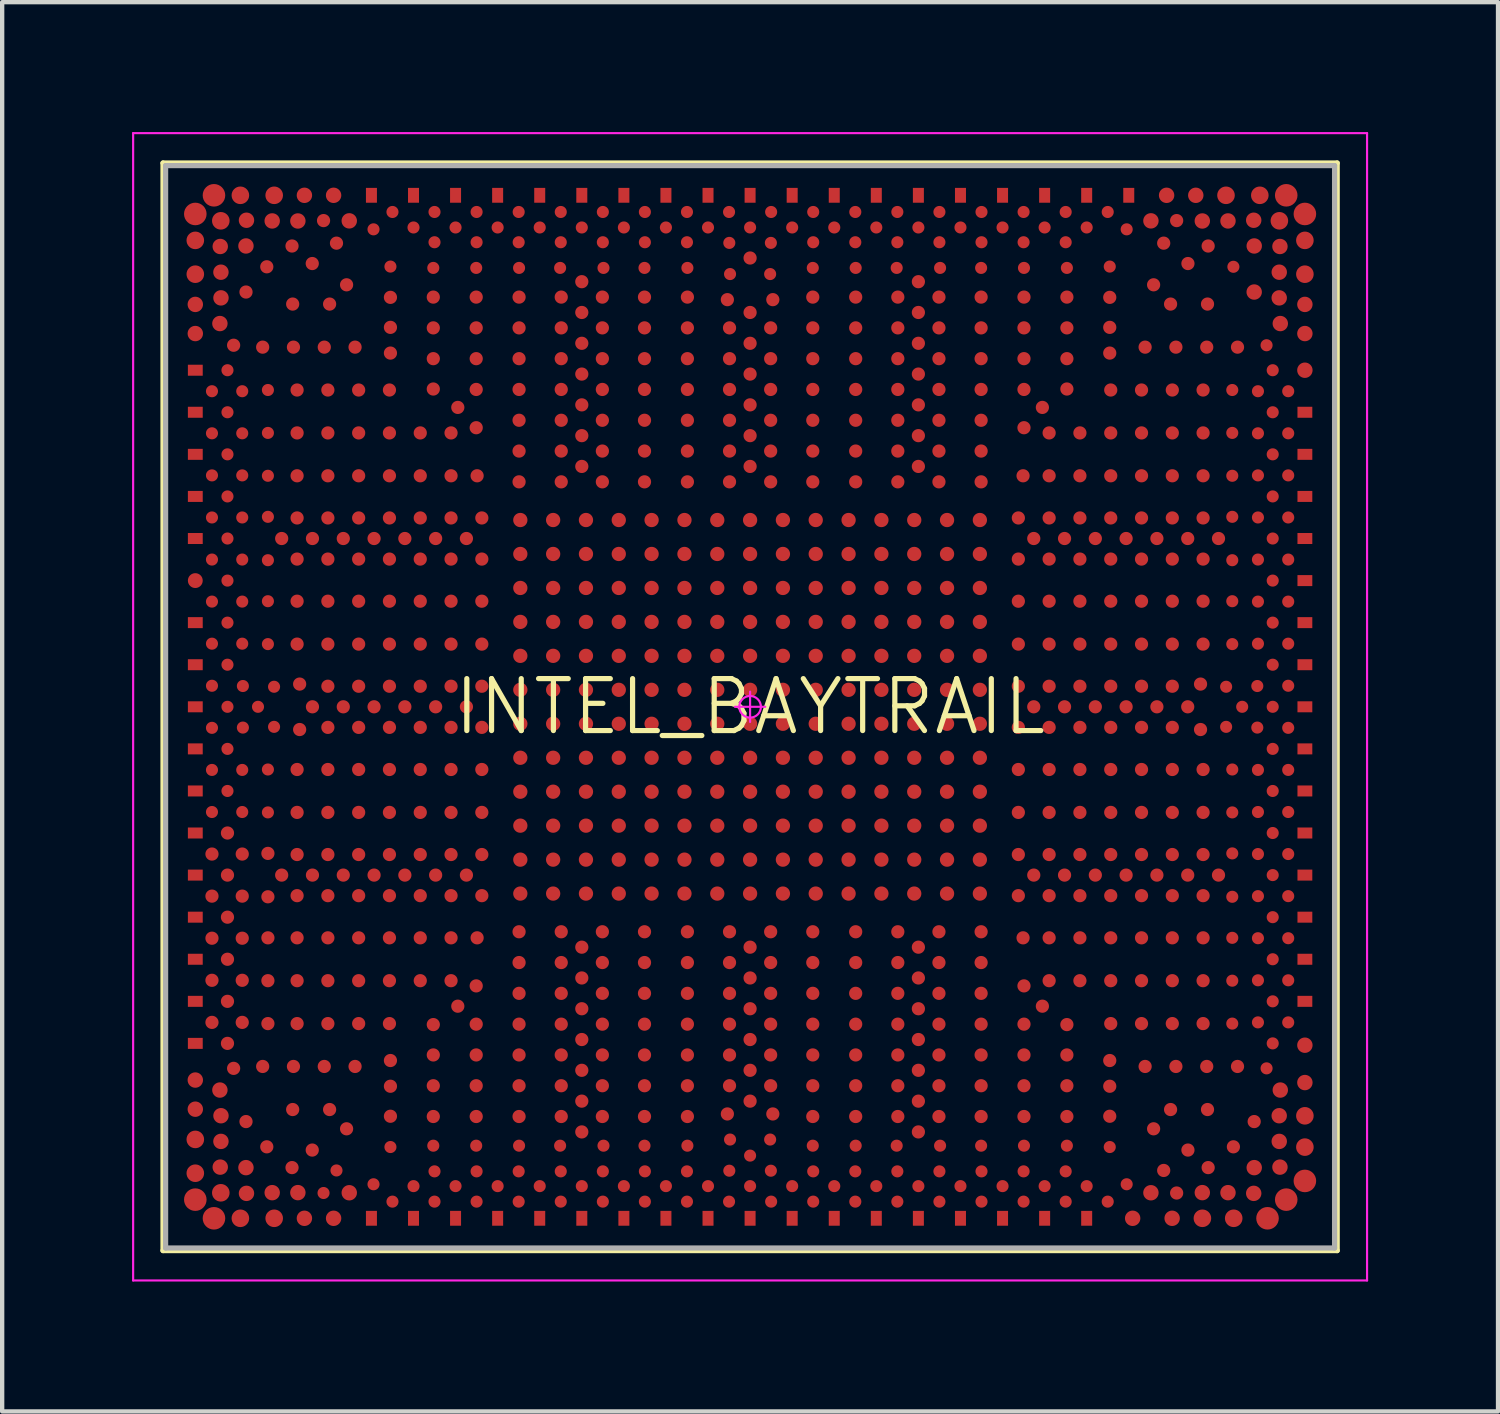
<source format=kicad_pcb>
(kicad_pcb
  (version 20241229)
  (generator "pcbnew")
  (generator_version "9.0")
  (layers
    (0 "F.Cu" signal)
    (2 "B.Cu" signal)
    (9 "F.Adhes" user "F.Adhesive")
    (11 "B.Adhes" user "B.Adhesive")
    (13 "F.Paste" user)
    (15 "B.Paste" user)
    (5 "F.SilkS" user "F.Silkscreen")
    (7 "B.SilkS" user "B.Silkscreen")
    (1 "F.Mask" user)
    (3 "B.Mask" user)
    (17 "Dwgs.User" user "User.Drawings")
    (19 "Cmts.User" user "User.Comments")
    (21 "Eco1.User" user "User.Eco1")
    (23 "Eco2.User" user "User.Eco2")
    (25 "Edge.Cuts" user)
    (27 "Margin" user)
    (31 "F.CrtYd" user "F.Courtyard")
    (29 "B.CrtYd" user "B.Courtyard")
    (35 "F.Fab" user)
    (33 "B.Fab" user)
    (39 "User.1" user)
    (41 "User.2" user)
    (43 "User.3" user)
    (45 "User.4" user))
  (footprint "INTEL_BAYTRAIL"
    (layer "F.Cu")
    (at 14.275 13.275)
    (property "Reference" "INTEL_BAYTRAIL" (at 0 0 0) (layer "F.SilkS") (effects (font (size 1.2 1.2) (thickness 0.12))))
    (attr smd)
    (fp_line (start -13.56 -12.56) (end 13.56 -12.56) (stroke (width 0.12) (type solid)) (layer "F.SilkS"))
    (fp_line (start -13.56 12.56) (end -13.56 -12.56) (stroke (width 0.12) (type solid)) (layer "F.SilkS"))
    (fp_line (start 13.56 -12.56) (end 13.56 12.56) (stroke (width 0.12) (type solid)) (layer "F.SilkS"))
    (fp_line (start 13.56 12.56) (end -13.56 12.56) (stroke (width 0.12) (type solid)) (layer "F.SilkS"))
    (fp_line (start -14.25 -13.25) (end 14.25 -13.25) (stroke (width 0.05) (type solid)) (layer "F.CrtYd"))
    (fp_line (start -14.25 13.25) (end -14.25 -13.25) (stroke (width 0.05) (type solid)) (layer "F.CrtYd"))
    (fp_line (start 0 -0.35) (end 0 0.35) (stroke (width 0.05) (type solid)) (layer "F.CrtYd"))
    (fp_line (start 0.35 0) (end -0.35 0) (stroke (width 0.05) (type solid)) (layer "F.CrtYd"))
    (fp_line (start 14.25 -13.25) (end 14.25 13.25) (stroke (width 0.05) (type solid)) (layer "F.CrtYd"))
    (fp_line (start 14.25 13.25) (end -14.25 13.25) (stroke (width 0.05) (type solid)) (layer "F.CrtYd"))
    (fp_circle (center 0 0) (end 0 0.25) (stroke (width 0.05) (type solid)) (fill no) (layer "F.CrtYd"))
    (fp_line (start -13.5 -12.5) (end 13.5 -12.5) (stroke (width 0.12) (type solid)) (layer "F.Fab"))
    (fp_line (start -13.5 12.5) (end -13.5 -12.5) (stroke (width 0.12) (type solid)) (layer "F.Fab"))
    (fp_line (start 13.5 -12.5) (end 13.5 12.5) (stroke (width 0.12) (type solid)) (layer "F.Fab"))
    (fp_line (start 13.5 12.5) (end -13.5 12.5) (stroke (width 0.12) (type solid)) (layer "F.Fab"))
    (pad "A3" smd circle (at 11.951 11.814) (size 0.521 0.521) (layers "F.Cu" "F.Mask" "F.Paste"))
    (pad "A5" smd circle (at 11.17 11.814) (size 0.406 0.406) (layers "F.Cu" "F.Mask" "F.Paste"))
    (pad "A6" smd circle (at 10.447 11.814) (size 0.406 0.406) (layers "F.Cu" "F.Mask" "F.Paste"))
    (pad "A7" smd circle (at 9.748 11.814) (size 0.356 0.356) (layers "F.Cu" "F.Mask" "F.Paste"))
    (pad "A9" smd circle (at 8.836 11.814) (size 0.356 0.356) (layers "F.Cu" "F.Mask" "F.Paste"))
    (pad "A11" smd rect (at 7.774 11.814) (size 0.254 0.343) (layers "F.Cu" "F.Mask" "F.Paste"))
    (pad "A13" smd rect (at 6.803 11.814) (size 0.254 0.343) (layers "F.Cu" "F.Mask" "F.Paste"))
    (pad "A15" smd rect (at 5.831 11.814) (size 0.254 0.343) (layers "F.Cu" "F.Mask" "F.Paste"))
    (pad "A17" smd rect (at 4.859 11.814) (size 0.254 0.343) (layers "F.Cu" "F.Mask" "F.Paste"))
    (pad "A19" smd rect (at 3.887 11.814) (size 0.254 0.343) (layers "F.Cu" "F.Mask" "F.Paste"))
    (pad "A21" smd rect (at 2.915 11.814) (size 0.254 0.343) (layers "F.Cu" "F.Mask" "F.Paste"))
    (pad "A23" smd rect (at 1.944 11.814) (size 0.254 0.343) (layers "F.Cu" "F.Mask" "F.Paste"))
    (pad "A25" smd rect (at 0.972 11.814) (size 0.254 0.343) (layers "F.Cu" "F.Mask" "F.Paste"))
    (pad "A27" smd rect (at 0 11.814) (size 0.254 0.343) (layers "F.Cu" "F.Mask" "F.Paste"))
    (pad "A29" smd rect (at -0.972 11.814) (size 0.254 0.343) (layers "F.Cu" "F.Mask" "F.Paste"))
    (pad "A31" smd rect (at -1.944 11.814) (size 0.254 0.343) (layers "F.Cu" "F.Mask" "F.Paste"))
    (pad "A33" smd rect (at -2.915 11.814) (size 0.254 0.343) (layers "F.Cu" "F.Mask" "F.Paste"))
    (pad "A35" smd rect (at -3.887 11.814) (size 0.254 0.343) (layers "F.Cu" "F.Mask" "F.Paste"))
    (pad "A37" smd rect (at -4.859 11.814) (size 0.254 0.343) (layers "F.Cu" "F.Mask" "F.Paste"))
    (pad "A39" smd rect (at -5.831 11.814) (size 0.254 0.343) (layers "F.Cu" "F.Mask" "F.Paste"))
    (pad "A41" smd rect (at -6.803 11.814) (size 0.254 0.343) (layers "F.Cu" "F.Mask" "F.Paste"))
    (pad "A43" smd rect (at -7.774 11.814) (size 0.254 0.343) (layers "F.Cu" "F.Mask" "F.Paste"))
    (pad "A45" smd rect (at -8.746 11.814) (size 0.254 0.343) (layers "F.Cu" "F.Mask" "F.Paste"))
    (pad "A47" smd circle (at -9.62 11.814) (size 0.356 0.356) (layers "F.Cu" "F.Mask" "F.Paste"))
    (pad "A48" smd circle (at -10.294 11.814) (size 0.356 0.356) (layers "F.Cu" "F.Mask" "F.Paste"))
    (pad "A49" smd circle (at -10.992 11.814) (size 0.406 0.406) (layers "F.Cu" "F.Mask" "F.Paste"))
    (pad "A51" smd circle (at -11.773 11.814) (size 0.406 0.406) (layers "F.Cu" "F.Mask" "F.Paste"))
    (pad "A52" smd circle (at -12.383 11.814) (size 0.521 0.521) (layers "F.Cu" "F.Mask" "F.Paste"))
    (pad "AA1" smd rect (at 12.814 1.944 90) (size 0.254 0.343) (layers "F.Cu" "F.Mask" "F.Paste"))
    (pad "AA3" smd circle (at 12.071 1.944) (size 0.279 0.279) (layers "F.Cu" "F.Mask" "F.Paste"))
    (pad "AA16" smd circle (at 5.307 1.961) (size 0.33 0.33) (layers "F.Cu" "F.Mask" "F.Paste"))
    (pad "AA18" smd circle (at 4.549 1.961) (size 0.33 0.33) (layers "F.Cu" "F.Mask" "F.Paste"))
    (pad "AA19" smd circle (at 3.791 1.961) (size 0.33 0.33) (layers "F.Cu" "F.Mask" "F.Paste"))
    (pad "AA21" smd circle (at 3.033 1.961) (size 0.33 0.33) (layers "F.Cu" "F.Mask" "F.Paste"))
    (pad "AA22" smd circle (at 2.275 1.961) (size 0.33 0.33) (layers "F.Cu" "F.Mask" "F.Paste"))
    (pad "AA24" smd circle (at 1.516 1.961) (size 0.33 0.33) (layers "F.Cu" "F.Mask" "F.Paste"))
    (pad "AA25" smd circle (at 0.758 1.961) (size 0.33 0.33) (layers "F.Cu" "F.Mask" "F.Paste"))
    (pad "AA27" smd circle (at 0 1.961) (size 0.33 0.33) (layers "F.Cu" "F.Mask" "F.Paste"))
    (pad "AA29" smd circle (at -0.758 1.961) (size 0.33 0.33) (layers "F.Cu" "F.Mask" "F.Paste"))
    (pad "AA30" smd circle (at -1.516 1.961) (size 0.33 0.33) (layers "F.Cu" "F.Mask" "F.Paste"))
    (pad "AA32" smd circle (at -2.275 1.961) (size 0.33 0.33) (layers "F.Cu" "F.Mask" "F.Paste"))
    (pad "AA33" smd circle (at -3.033 1.961) (size 0.33 0.33) (layers "F.Cu" "F.Mask" "F.Paste"))
    (pad "AA35" smd circle (at -3.791 1.961) (size 0.33 0.33) (layers "F.Cu" "F.Mask" "F.Paste"))
    (pad "AA36" smd circle (at -4.549 1.961) (size 0.33 0.33) (layers "F.Cu" "F.Mask" "F.Paste"))
    (pad "AA38" smd circle (at -5.307 1.961) (size 0.33 0.33) (layers "F.Cu" "F.Mask" "F.Paste"))
    (pad "AA51" smd circle (at -12.071 1.944) (size 0.279 0.279) (layers "F.Cu" "F.Mask" "F.Paste"))
    (pad "AA53" smd rect (at -12.814 1.944 90) (size 0.254 0.343) (layers "F.Cu" "F.Mask" "F.Paste"))
    (pad "AB2" smd circle (at 12.429 1.458) (size 0.279 0.279) (layers "F.Cu" "F.Mask" "F.Paste"))
    (pad "AB3" smd circle (at 11.73 1.458) (size 0.279 0.279) (layers "F.Cu" "F.Mask" "F.Paste"))
    (pad "AB4" smd circle (at 11.137 1.448) (size 0.279 0.279) (layers "F.Cu" "F.Mask" "F.Paste"))
    (pad "AB6" smd circle (at 10.463 1.448) (size 0.305 0.305) (layers "F.Cu" "F.Mask" "F.Paste"))
    (pad "AB7" smd circle (at 9.752 1.448) (size 0.305 0.305) (layers "F.Cu" "F.Mask" "F.Paste"))
    (pad "AB9" smd circle (at 9.041 1.448) (size 0.305 0.305) (layers "F.Cu" "F.Mask" "F.Paste"))
    (pad "AB10" smd circle (at 8.33 1.448) (size 0.305 0.305) (layers "F.Cu" "F.Mask" "F.Paste"))
    (pad "AB12" smd circle (at 7.618 1.448) (size 0.305 0.305) (layers "F.Cu" "F.Mask" "F.Paste"))
    (pad "AB13" smd circle (at 6.907 1.448) (size 0.305 0.305) (layers "F.Cu" "F.Mask" "F.Paste"))
    (pad "AB14" smd circle (at 6.196 1.448) (size 0.305 0.305) (layers "F.Cu" "F.Mask" "F.Paste"))
    (pad "AB40" smd circle (at -6.196 1.448) (size 0.305 0.305) (layers "F.Cu" "F.Mask" "F.Paste"))
    (pad "AB41" smd circle (at -6.907 1.448) (size 0.305 0.305) (layers "F.Cu" "F.Mask" "F.Paste"))
    (pad "AB42" smd circle (at -7.618 1.448) (size 0.305 0.305) (layers "F.Cu" "F.Mask" "F.Paste"))
    (pad "AB44" smd circle (at -8.33 1.448) (size 0.305 0.305) (layers "F.Cu" "F.Mask" "F.Paste"))
    (pad "AB45" smd circle (at -9.041 1.448) (size 0.305 0.305) (layers "F.Cu" "F.Mask" "F.Paste"))
    (pad "AB47" smd circle (at -9.752 1.448) (size 0.305 0.305) (layers "F.Cu" "F.Mask" "F.Paste"))
    (pad "AB48" smd circle (at -10.463 1.448) (size 0.305 0.305) (layers "F.Cu" "F.Mask" "F.Paste"))
    (pad "AB50" smd circle (at -11.137 1.448) (size 0.279 0.279) (layers "F.Cu" "F.Mask" "F.Paste"))
    (pad "AB51" smd circle (at -11.73 1.458) (size 0.279 0.279) (layers "F.Cu" "F.Mask" "F.Paste"))
    (pad "AB52" smd circle (at -12.429 1.458) (size 0.279 0.279) (layers "F.Cu" "F.Mask" "F.Paste"))
    (pad "AC1" smd rect (at 12.814 0.972 90) (size 0.254 0.343) (layers "F.Cu" "F.Mask" "F.Paste"))
    (pad "AC3" smd circle (at 12.071 0.972) (size 0.279 0.279) (layers "F.Cu" "F.Mask" "F.Paste"))
    (pad "AC16" smd circle (at 5.307 1.177) (size 0.33 0.33) (layers "F.Cu" "F.Mask" "F.Paste"))
    (pad "AC18" smd circle (at 4.549 1.177) (size 0.33 0.33) (layers "F.Cu" "F.Mask" "F.Paste"))
    (pad "AC19" smd circle (at 3.791 1.177) (size 0.33 0.33) (layers "F.Cu" "F.Mask" "F.Paste"))
    (pad "AC21" smd circle (at 3.033 1.177) (size 0.33 0.33) (layers "F.Cu" "F.Mask" "F.Paste"))
    (pad "AC22" smd circle (at 2.275 1.177) (size 0.33 0.33) (layers "F.Cu" "F.Mask" "F.Paste"))
    (pad "AC24" smd circle (at 1.516 1.177) (size 0.33 0.33) (layers "F.Cu" "F.Mask" "F.Paste"))
    (pad "AC25" smd circle (at 0.758 1.177) (size 0.33 0.33) (layers "F.Cu" "F.Mask" "F.Paste"))
    (pad "AC27" smd circle (at 0 1.177) (size 0.33 0.33) (layers "F.Cu" "F.Mask" "F.Paste"))
    (pad "AC29" smd circle (at -0.758 1.177) (size 0.33 0.33) (layers "F.Cu" "F.Mask" "F.Paste"))
    (pad "AC30" smd circle (at -1.516 1.177) (size 0.33 0.33) (layers "F.Cu" "F.Mask" "F.Paste"))
    (pad "AC32" smd circle (at -2.275 1.177) (size 0.33 0.33) (layers "F.Cu" "F.Mask" "F.Paste"))
    (pad "AC33" smd circle (at -3.033 1.177) (size 0.33 0.33) (layers "F.Cu" "F.Mask" "F.Paste"))
    (pad "AC35" smd circle (at -3.791 1.177) (size 0.33 0.33) (layers "F.Cu" "F.Mask" "F.Paste"))
    (pad "AC36" smd circle (at -4.549 1.177) (size 0.33 0.33) (layers "F.Cu" "F.Mask" "F.Paste"))
    (pad "AC38" smd circle (at -5.307 1.177) (size 0.33 0.33) (layers "F.Cu" "F.Mask" "F.Paste"))
    (pad "AC51" smd circle (at -12.071 0.972) (size 0.279 0.279) (layers "F.Cu" "F.Mask" "F.Paste"))
    (pad "AC53" smd rect (at -12.814 0.972 90) (size 0.254 0.343) (layers "F.Cu" "F.Mask" "F.Paste"))
    (pad "AD2" smd circle (at 12.429 0.486) (size 0.279 0.279) (layers "F.Cu" "F.Mask" "F.Paste"))
    (pad "AD3" smd circle (at 11.715 0.48) (size 0.279 0.279) (layers "F.Cu" "F.Mask" "F.Paste"))
    (pad "AD4" smd circle (at 10.995 0.463) (size 0.279 0.279) (layers "F.Cu" "F.Mask" "F.Paste"))
    (pad "AD6" smd circle (at 10.404 0.525) (size 0.305 0.305) (layers "F.Cu" "F.Mask" "F.Paste"))
    (pad "AD7" smd circle (at 9.752 0.475) (size 0.305 0.305) (layers "F.Cu" "F.Mask" "F.Paste"))
    (pad "AD9" smd circle (at 9.041 0.475) (size 0.305 0.305) (layers "F.Cu" "F.Mask" "F.Paste"))
    (pad "AD10" smd circle (at 8.33 0.475) (size 0.305 0.305) (layers "F.Cu" "F.Mask" "F.Paste"))
    (pad "AD12" smd circle (at 7.618 0.475) (size 0.305 0.305) (layers "F.Cu" "F.Mask" "F.Paste"))
    (pad "AD13" smd circle (at 6.907 0.475) (size 0.305 0.305) (layers "F.Cu" "F.Mask" "F.Paste"))
    (pad "AD14" smd circle (at 6.196 0.475) (size 0.305 0.305) (layers "F.Cu" "F.Mask" "F.Paste"))
    (pad "AD16" smd circle (at 5.307 0.392) (size 0.33 0.33) (layers "F.Cu" "F.Mask" "F.Paste"))
    (pad "AD18" smd circle (at 4.549 0.392) (size 0.33 0.33) (layers "F.Cu" "F.Mask" "F.Paste"))
    (pad "AD19" smd circle (at 3.791 0.392) (size 0.33 0.33) (layers "F.Cu" "F.Mask" "F.Paste"))
    (pad "AD21" smd circle (at 3.033 0.392) (size 0.33 0.33) (layers "F.Cu" "F.Mask" "F.Paste"))
    (pad "AD22" smd circle (at 2.275 0.392) (size 0.33 0.33) (layers "F.Cu" "F.Mask" "F.Paste"))
    (pad "AD24" smd circle (at 1.516 0.392) (size 0.33 0.33) (layers "F.Cu" "F.Mask" "F.Paste"))
    (pad "AD25" smd circle (at 0.758 0.392) (size 0.33 0.33) (layers "F.Cu" "F.Mask" "F.Paste"))
    (pad "AD27" smd circle (at 0 0.392) (size 0.33 0.33) (layers "F.Cu" "F.Mask" "F.Paste"))
    (pad "AD29" smd circle (at -0.758 0.392) (size 0.33 0.33) (layers "F.Cu" "F.Mask" "F.Paste"))
    (pad "AD30" smd circle (at -1.516 0.392) (size 0.33 0.33) (layers "F.Cu" "F.Mask" "F.Paste"))
    (pad "AD32" smd circle (at -2.275 0.392) (size 0.33 0.33) (layers "F.Cu" "F.Mask" "F.Paste"))
    (pad "AD33" smd circle (at -3.033 0.392) (size 0.33 0.33) (layers "F.Cu" "F.Mask" "F.Paste"))
    (pad "AD35" smd circle (at -3.791 0.392) (size 0.33 0.33) (layers "F.Cu" "F.Mask" "F.Paste"))
    (pad "AD36" smd circle (at -4.549 0.392) (size 0.33 0.33) (layers "F.Cu" "F.Mask" "F.Paste"))
    (pad "AD38" smd circle (at -5.307 0.392) (size 0.33 0.33) (layers "F.Cu" "F.Mask" "F.Paste"))
    (pad "AD40" smd circle (at -6.196 0.475) (size 0.305 0.305) (layers "F.Cu" "F.Mask" "F.Paste"))
    (pad "AD41" smd circle (at -6.907 0.475) (size 0.305 0.305) (layers "F.Cu" "F.Mask" "F.Paste"))
    (pad "AD42" smd circle (at -7.618 0.475) (size 0.305 0.305) (layers "F.Cu" "F.Mask" "F.Paste"))
    (pad "AD44" smd circle (at -8.33 0.475) (size 0.305 0.305) (layers "F.Cu" "F.Mask" "F.Paste"))
    (pad "AD45" smd circle (at -9.041 0.475) (size 0.305 0.305) (layers "F.Cu" "F.Mask" "F.Paste"))
    (pad "AD47" smd circle (at -9.752 0.475) (size 0.305 0.305) (layers "F.Cu" "F.Mask" "F.Paste"))
    (pad "AD48" smd circle (at -10.404 0.525) (size 0.305 0.305) (layers "F.Cu" "F.Mask" "F.Paste"))
    (pad "AD50" smd circle (at -10.995 0.463) (size 0.279 0.279) (layers "F.Cu" "F.Mask" "F.Paste"))
    (pad "AD51" smd circle (at -11.715 0.48) (size 0.279 0.279) (layers "F.Cu" "F.Mask" "F.Paste"))
    (pad "AD52" smd circle (at -12.429 0.486) (size 0.279 0.279) (layers "F.Cu" "F.Mask" "F.Paste"))
    (pad "AE1" smd rect (at 12.814 0 90) (size 0.254 0.343) (layers "F.Cu" "F.Mask" "F.Paste"))
    (pad "AE3" smd circle (at 12.071 0) (size 0.279 0.279) (layers "F.Cu" "F.Mask" "F.Paste"))
    (pad "AE4" smd circle (at 11.366 0) (size 0.279 0.279) (layers "F.Cu" "F.Mask" "F.Paste"))
    (pad "AE6" smd circle (at 10.108 0) (size 0.305 0.305) (layers "F.Cu" "F.Mask" "F.Paste"))
    (pad "AE8" smd circle (at 9.396 0) (size 0.305 0.305) (layers "F.Cu" "F.Mask" "F.Paste"))
    (pad "AE9" smd circle (at 8.685 0) (size 0.305 0.305) (layers "F.Cu" "F.Mask" "F.Paste"))
    (pad "AE11" smd circle (at 7.974 0) (size 0.305 0.305) (layers "F.Cu" "F.Mask" "F.Paste"))
    (pad "AE12" smd circle (at 7.263 0) (size 0.305 0.305) (layers "F.Cu" "F.Mask" "F.Paste"))
    (pad "AE14" smd circle (at 6.552 0) (size 0.305 0.305) (layers "F.Cu" "F.Mask" "F.Paste"))
    (pad "AE40" smd circle (at -6.552 0) (size 0.305 0.305) (layers "F.Cu" "F.Mask" "F.Paste"))
    (pad "AE42" smd circle (at -7.263 0) (size 0.305 0.305) (layers "F.Cu" "F.Mask" "F.Paste"))
    (pad "AE43" smd circle (at -7.974 0) (size 0.305 0.305) (layers "F.Cu" "F.Mask" "F.Paste"))
    (pad "AE45" smd circle (at -8.685 0) (size 0.305 0.305) (layers "F.Cu" "F.Mask" "F.Paste"))
    (pad "AE46" smd circle (at -9.396 0) (size 0.305 0.305) (layers "F.Cu" "F.Mask" "F.Paste"))
    (pad "AE48" smd circle (at -10.108 0) (size 0.305 0.305) (layers "F.Cu" "F.Mask" "F.Paste"))
    (pad "AE50" smd circle (at -11.366 0) (size 0.279 0.279) (layers "F.Cu" "F.Mask" "F.Paste"))
    (pad "AE51" smd circle (at -12.071 0) (size 0.279 0.279) (layers "F.Cu" "F.Mask" "F.Paste"))
    (pad "AE53" smd rect (at -12.814 0 90) (size 0.254 0.343) (layers "F.Cu" "F.Mask" "F.Paste"))
    (pad "AF2" smd circle (at 12.429 -0.486) (size 0.279 0.279) (layers "F.Cu" "F.Mask" "F.Paste"))
    (pad "AF3" smd circle (at 11.715 -0.48) (size 0.279 0.279) (layers "F.Cu" "F.Mask" "F.Paste"))
    (pad "AF4" smd circle (at 10.995 -0.463) (size 0.279 0.279) (layers "F.Cu" "F.Mask" "F.Paste"))
    (pad "AF6" smd circle (at 10.404 -0.525) (size 0.305 0.305) (layers "F.Cu" "F.Mask" "F.Paste"))
    (pad "AF7" smd circle (at 9.752 -0.475) (size 0.305 0.305) (layers "F.Cu" "F.Mask" "F.Paste"))
    (pad "AF9" smd circle (at 9.041 -0.475) (size 0.305 0.305) (layers "F.Cu" "F.Mask" "F.Paste"))
    (pad "AF10" smd circle (at 8.33 -0.475) (size 0.305 0.305) (layers "F.Cu" "F.Mask" "F.Paste"))
    (pad "AF12" smd circle (at 7.618 -0.475) (size 0.305 0.305) (layers "F.Cu" "F.Mask" "F.Paste"))
    (pad "AF13" smd circle (at 6.907 -0.475) (size 0.305 0.305) (layers "F.Cu" "F.Mask" "F.Paste"))
    (pad "AF14" smd circle (at 6.196 -0.475) (size 0.305 0.305) (layers "F.Cu" "F.Mask" "F.Paste"))
    (pad "AF16" smd circle (at 5.307 -0.392) (size 0.33 0.33) (layers "F.Cu" "F.Mask" "F.Paste"))
    (pad "AF18" smd circle (at 4.549 -0.392) (size 0.33 0.33) (layers "F.Cu" "F.Mask" "F.Paste"))
    (pad "AF19" smd circle (at 3.791 -0.392) (size 0.33 0.33) (layers "F.Cu" "F.Mask" "F.Paste"))
    (pad "AF21" smd circle (at 3.033 -0.392) (size 0.33 0.33) (layers "F.Cu" "F.Mask" "F.Paste"))
    (pad "AF22" smd circle (at 2.275 -0.392) (size 0.33 0.33) (layers "F.Cu" "F.Mask" "F.Paste"))
    (pad "AF24" smd circle (at 1.516 -0.392) (size 0.33 0.33) (layers "F.Cu" "F.Mask" "F.Paste"))
    (pad "AF25" smd circle (at 0.758 -0.392) (size 0.33 0.33) (layers "F.Cu" "F.Mask" "F.Paste"))
    (pad "AF27" smd circle (at 0 -0.392) (size 0.33 0.33) (layers "F.Cu" "F.Mask" "F.Paste"))
    (pad "AF29" smd circle (at -0.758 -0.392) (size 0.33 0.33) (layers "F.Cu" "F.Mask" "F.Paste"))
    (pad "AF30" smd circle (at -1.516 -0.392) (size 0.33 0.33) (layers "F.Cu" "F.Mask" "F.Paste"))
    (pad "AF32" smd circle (at -2.275 -0.392) (size 0.33 0.33) (layers "F.Cu" "F.Mask" "F.Paste"))
    (pad "AF33" smd circle (at -3.033 -0.392) (size 0.33 0.33) (layers "F.Cu" "F.Mask" "F.Paste"))
    (pad "AF35" smd circle (at -3.791 -0.392) (size 0.33 0.33) (layers "F.Cu" "F.Mask" "F.Paste"))
    (pad "AF36" smd circle (at -4.549 -0.392) (size 0.33 0.33) (layers "F.Cu" "F.Mask" "F.Paste"))
    (pad "AF38" smd circle (at -5.307 -0.392) (size 0.33 0.33) (layers "F.Cu" "F.Mask" "F.Paste"))
    (pad "AF40" smd circle (at -6.196 -0.475) (size 0.305 0.305) (layers "F.Cu" "F.Mask" "F.Paste"))
    (pad "AF41" smd circle (at -6.907 -0.475) (size 0.305 0.305) (layers "F.Cu" "F.Mask" "F.Paste"))
    (pad "AF42" smd circle (at -7.618 -0.475) (size 0.305 0.305) (layers "F.Cu" "F.Mask" "F.Paste"))
    (pad "AF44" smd circle (at -8.33 -0.475) (size 0.305 0.305) (layers "F.Cu" "F.Mask" "F.Paste"))
    (pad "AF45" smd circle (at -9.041 -0.475) (size 0.305 0.305) (layers "F.Cu" "F.Mask" "F.Paste"))
    (pad "AF47" smd circle (at -9.752 -0.475) (size 0.305 0.305) (layers "F.Cu" "F.Mask" "F.Paste"))
    (pad "AF48" smd circle (at -10.404 -0.525) (size 0.305 0.305) (layers "F.Cu" "F.Mask" "F.Paste"))
    (pad "AF50" smd circle (at -10.995 -0.463) (size 0.279 0.279) (layers "F.Cu" "F.Mask" "F.Paste"))
    (pad "AF51" smd circle (at -11.715 -0.48) (size 0.279 0.279) (layers "F.Cu" "F.Mask" "F.Paste"))
    (pad "AF52" smd circle (at -12.429 -0.486) (size 0.279 0.279) (layers "F.Cu" "F.Mask" "F.Paste"))
    (pad "AG1" smd rect (at 12.814 -0.972 90) (size 0.254 0.343) (layers "F.Cu" "F.Mask" "F.Paste"))
    (pad "AG3" smd circle (at 12.071 -0.972) (size 0.279 0.279) (layers "F.Cu" "F.Mask" "F.Paste"))
    (pad "AG16" smd circle (at 5.307 -1.177) (size 0.33 0.33) (layers "F.Cu" "F.Mask" "F.Paste"))
    (pad "AG18" smd circle (at 4.549 -1.177) (size 0.33 0.33) (layers "F.Cu" "F.Mask" "F.Paste"))
    (pad "AG19" smd circle (at 3.791 -1.177) (size 0.33 0.33) (layers "F.Cu" "F.Mask" "F.Paste"))
    (pad "AG21" smd circle (at 3.033 -1.177) (size 0.33 0.33) (layers "F.Cu" "F.Mask" "F.Paste"))
    (pad "AG22" smd circle (at 2.275 -1.177) (size 0.33 0.33) (layers "F.Cu" "F.Mask" "F.Paste"))
    (pad "AG24" smd circle (at 1.516 -1.177) (size 0.33 0.33) (layers "F.Cu" "F.Mask" "F.Paste"))
    (pad "AG25" smd circle (at 0.758 -1.177) (size 0.33 0.33) (layers "F.Cu" "F.Mask" "F.Paste"))
    (pad "AG27" smd circle (at 0 -1.177) (size 0.33 0.33) (layers "F.Cu" "F.Mask" "F.Paste"))
    (pad "AG29" smd circle (at -0.758 -1.177) (size 0.33 0.33) (layers "F.Cu" "F.Mask" "F.Paste"))
    (pad "AG30" smd circle (at -1.516 -1.177) (size 0.33 0.33) (layers "F.Cu" "F.Mask" "F.Paste"))
    (pad "AG32" smd circle (at -2.275 -1.177) (size 0.33 0.33) (layers "F.Cu" "F.Mask" "F.Paste"))
    (pad "AG33" smd circle (at -3.033 -1.177) (size 0.33 0.33) (layers "F.Cu" "F.Mask" "F.Paste"))
    (pad "AG35" smd circle (at -3.791 -1.177) (size 0.33 0.33) (layers "F.Cu" "F.Mask" "F.Paste"))
    (pad "AG36" smd circle (at -4.549 -1.177) (size 0.33 0.33) (layers "F.Cu" "F.Mask" "F.Paste"))
    (pad "AG38" smd circle (at -5.307 -1.177) (size 0.33 0.33) (layers "F.Cu" "F.Mask" "F.Paste"))
    (pad "AG51" smd circle (at -12.071 -0.972) (size 0.279 0.279) (layers "F.Cu" "F.Mask" "F.Paste"))
    (pad "AG53" smd rect (at -12.814 -0.972 90) (size 0.254 0.343) (layers "F.Cu" "F.Mask" "F.Paste"))
    (pad "AH2" smd circle (at 12.429 -1.458) (size 0.279 0.279) (layers "F.Cu" "F.Mask" "F.Paste"))
    (pad "AH3" smd circle (at 11.73 -1.458) (size 0.279 0.279) (layers "F.Cu" "F.Mask" "F.Paste"))
    (pad "AH4" smd circle (at 11.137 -1.448) (size 0.279 0.279) (layers "F.Cu" "F.Mask" "F.Paste"))
    (pad "AH6" smd circle (at 10.463 -1.448) (size 0.305 0.305) (layers "F.Cu" "F.Mask" "F.Paste"))
    (pad "AH7" smd circle (at 9.752 -1.448) (size 0.305 0.305) (layers "F.Cu" "F.Mask" "F.Paste"))
    (pad "AH9" smd circle (at 9.041 -1.448) (size 0.305 0.305) (layers "F.Cu" "F.Mask" "F.Paste"))
    (pad "AH10" smd circle (at 8.33 -1.448) (size 0.305 0.305) (layers "F.Cu" "F.Mask" "F.Paste"))
    (pad "AH12" smd circle (at 7.618 -1.448) (size 0.305 0.305) (layers "F.Cu" "F.Mask" "F.Paste"))
    (pad "AH13" smd circle (at 6.907 -1.448) (size 0.305 0.305) (layers "F.Cu" "F.Mask" "F.Paste"))
    (pad "AH14" smd circle (at 6.196 -1.448) (size 0.305 0.305) (layers "F.Cu" "F.Mask" "F.Paste"))
    (pad "AH40" smd circle (at -6.196 -1.448) (size 0.305 0.305) (layers "F.Cu" "F.Mask" "F.Paste"))
    (pad "AH41" smd circle (at -6.907 -1.448) (size 0.305 0.305) (layers "F.Cu" "F.Mask" "F.Paste"))
    (pad "AH42" smd circle (at -7.618 -1.448) (size 0.305 0.305) (layers "F.Cu" "F.Mask" "F.Paste"))
    (pad "AH44" smd circle (at -8.33 -1.448) (size 0.305 0.305) (layers "F.Cu" "F.Mask" "F.Paste"))
    (pad "AH45" smd circle (at -9.041 -1.448) (size 0.305 0.305) (layers "F.Cu" "F.Mask" "F.Paste"))
    (pad "AH47" smd circle (at -9.752 -1.448) (size 0.305 0.305) (layers "F.Cu" "F.Mask" "F.Paste"))
    (pad "AH48" smd circle (at -10.463 -1.448) (size 0.305 0.305) (layers "F.Cu" "F.Mask" "F.Paste"))
    (pad "AH50" smd circle (at -11.137 -1.448) (size 0.279 0.279) (layers "F.Cu" "F.Mask" "F.Paste"))
    (pad "AH51" smd circle (at -11.73 -1.458) (size 0.279 0.279) (layers "F.Cu" "F.Mask" "F.Paste"))
    (pad "AH52" smd circle (at -12.429 -1.458) (size 0.279 0.279) (layers "F.Cu" "F.Mask" "F.Paste"))
    (pad "AJ1" smd rect (at 12.814 -1.944 90) (size 0.254 0.343) (layers "F.Cu" "F.Mask" "F.Paste"))
    (pad "AJ3" smd circle (at 12.071 -1.944) (size 0.279 0.279) (layers "F.Cu" "F.Mask" "F.Paste"))
    (pad "AJ16" smd circle (at 5.307 -1.961) (size 0.33 0.33) (layers "F.Cu" "F.Mask" "F.Paste"))
    (pad "AJ18" smd circle (at 4.549 -1.961) (size 0.33 0.33) (layers "F.Cu" "F.Mask" "F.Paste"))
    (pad "AJ19" smd circle (at 3.791 -1.961) (size 0.33 0.33) (layers "F.Cu" "F.Mask" "F.Paste"))
    (pad "AJ21" smd circle (at 3.033 -1.961) (size 0.33 0.33) (layers "F.Cu" "F.Mask" "F.Paste"))
    (pad "AJ22" smd circle (at 2.275 -1.961) (size 0.33 0.33) (layers "F.Cu" "F.Mask" "F.Paste"))
    (pad "AJ24" smd circle (at 1.516 -1.961) (size 0.33 0.33) (layers "F.Cu" "F.Mask" "F.Paste"))
    (pad "AJ25" smd circle (at 0.758 -1.961) (size 0.33 0.33) (layers "F.Cu" "F.Mask" "F.Paste"))
    (pad "AJ27" smd circle (at 0 -1.961) (size 0.33 0.33) (layers "F.Cu" "F.Mask" "F.Paste"))
    (pad "AJ29" smd circle (at -0.758 -1.961) (size 0.33 0.33) (layers "F.Cu" "F.Mask" "F.Paste"))
    (pad "AJ30" smd circle (at -1.516 -1.961) (size 0.33 0.33) (layers "F.Cu" "F.Mask" "F.Paste"))
    (pad "AJ32" smd circle (at -2.275 -1.961) (size 0.33 0.33) (layers "F.Cu" "F.Mask" "F.Paste"))
    (pad "AJ33" smd circle (at -3.033 -1.961) (size 0.33 0.33) (layers "F.Cu" "F.Mask" "F.Paste"))
    (pad "AJ35" smd circle (at -3.791 -1.961) (size 0.33 0.33) (layers "F.Cu" "F.Mask" "F.Paste"))
    (pad "AJ36" smd circle (at -4.549 -1.961) (size 0.33 0.33) (layers "F.Cu" "F.Mask" "F.Paste"))
    (pad "AJ38" smd circle (at -5.307 -1.961) (size 0.33 0.33) (layers "F.Cu" "F.Mask" "F.Paste"))
    (pad "AJ51" smd circle (at -12.071 -1.944) (size 0.279 0.279) (layers "F.Cu" "F.Mask" "F.Paste"))
    (pad "AJ53" smd rect (at -12.814 -1.944 90) (size 0.254 0.343) (layers "F.Cu" "F.Mask" "F.Paste"))
    (pad "AK2" smd circle (at 12.429 -2.43) (size 0.279 0.279) (layers "F.Cu" "F.Mask" "F.Paste"))
    (pad "AK3" smd circle (at 11.73 -2.43) (size 0.279 0.279) (layers "F.Cu" "F.Mask" "F.Paste"))
    (pad "AK4" smd circle (at 11.137 -2.439) (size 0.279 0.279) (layers "F.Cu" "F.Mask" "F.Paste"))
    (pad "AK6" smd circle (at 10.463 -2.439) (size 0.305 0.305) (layers "F.Cu" "F.Mask" "F.Paste"))
    (pad "AK7" smd circle (at 9.752 -2.439) (size 0.305 0.305) (layers "F.Cu" "F.Mask" "F.Paste"))
    (pad "AK9" smd circle (at 9.041 -2.439) (size 0.305 0.305) (layers "F.Cu" "F.Mask" "F.Paste"))
    (pad "AK10" smd circle (at 8.33 -2.439) (size 0.305 0.305) (layers "F.Cu" "F.Mask" "F.Paste"))
    (pad "AK12" smd circle (at 7.618 -2.439) (size 0.305 0.305) (layers "F.Cu" "F.Mask" "F.Paste"))
    (pad "AK13" smd circle (at 6.907 -2.439) (size 0.305 0.305) (layers "F.Cu" "F.Mask" "F.Paste"))
    (pad "AK14" smd circle (at 6.196 -2.439) (size 0.305 0.305) (layers "F.Cu" "F.Mask" "F.Paste"))
    (pad "AK16" smd circle (at 5.307 -2.745) (size 0.33 0.33) (layers "F.Cu" "F.Mask" "F.Paste"))
    (pad "AK18" smd circle (at 4.549 -2.745) (size 0.33 0.33) (layers "F.Cu" "F.Mask" "F.Paste"))
    (pad "AK19" smd circle (at 3.791 -2.745) (size 0.33 0.33) (layers "F.Cu" "F.Mask" "F.Paste"))
    (pad "AK21" smd circle (at 3.033 -2.745) (size 0.33 0.33) (layers "F.Cu" "F.Mask" "F.Paste"))
    (pad "AK22" smd circle (at 2.275 -2.745) (size 0.33 0.33) (layers "F.Cu" "F.Mask" "F.Paste"))
    (pad "AK24" smd circle (at 1.516 -2.745) (size 0.33 0.33) (layers "F.Cu" "F.Mask" "F.Paste"))
    (pad "AK25" smd circle (at 0.758 -2.745) (size 0.33 0.33) (layers "F.Cu" "F.Mask" "F.Paste"))
    (pad "AK27" smd circle (at 0 -2.745) (size 0.33 0.33) (layers "F.Cu" "F.Mask" "F.Paste"))
    (pad "AK29" smd circle (at -0.758 -2.745) (size 0.33 0.33) (layers "F.Cu" "F.Mask" "F.Paste"))
    (pad "AK30" smd circle (at -1.516 -2.745) (size 0.33 0.33) (layers "F.Cu" "F.Mask" "F.Paste"))
    (pad "AK32" smd circle (at -2.275 -2.745) (size 0.33 0.33) (layers "F.Cu" "F.Mask" "F.Paste"))
    (pad "AK33" smd circle (at -3.033 -2.745) (size 0.33 0.33) (layers "F.Cu" "F.Mask" "F.Paste"))
    (pad "AK35" smd circle (at -3.791 -2.745) (size 0.33 0.33) (layers "F.Cu" "F.Mask" "F.Paste"))
    (pad "AK36" smd circle (at -4.549 -2.745) (size 0.33 0.33) (layers "F.Cu" "F.Mask" "F.Paste"))
    (pad "AK38" smd circle (at -5.307 -2.745) (size 0.33 0.33) (layers "F.Cu" "F.Mask" "F.Paste"))
    (pad "AK40" smd circle (at -6.196 -2.439) (size 0.305 0.305) (layers "F.Cu" "F.Mask" "F.Paste"))
    (pad "AK41" smd circle (at -6.907 -2.439) (size 0.305 0.305) (layers "F.Cu" "F.Mask" "F.Paste"))
    (pad "AK42" smd circle (at -7.618 -2.439) (size 0.305 0.305) (layers "F.Cu" "F.Mask" "F.Paste"))
    (pad "AK44" smd circle (at -8.33 -2.439) (size 0.305 0.305) (layers "F.Cu" "F.Mask" "F.Paste"))
    (pad "AK45" smd circle (at -9.041 -2.439) (size 0.305 0.305) (layers "F.Cu" "F.Mask" "F.Paste"))
    (pad "AK47" smd circle (at -9.752 -2.439) (size 0.305 0.305) (layers "F.Cu" "F.Mask" "F.Paste"))
    (pad "AK48" smd circle (at -10.463 -2.439) (size 0.305 0.305) (layers "F.Cu" "F.Mask" "F.Paste"))
    (pad "AK50" smd circle (at -11.137 -2.439) (size 0.279 0.279) (layers "F.Cu" "F.Mask" "F.Paste"))
    (pad "AK51" smd circle (at -11.73 -2.43) (size 0.279 0.279) (layers "F.Cu" "F.Mask" "F.Paste"))
    (pad "AK52" smd circle (at -12.429 -2.43) (size 0.279 0.279) (layers "F.Cu" "F.Mask" "F.Paste"))
    (pad "AL1" smd rect (at 12.814 -2.915 90) (size 0.254 0.343) (layers "F.Cu" "F.Mask" "F.Paste"))
    (pad "AL3" smd circle (at 12.071 -2.915) (size 0.279 0.279) (layers "F.Cu" "F.Mask" "F.Paste"))
    (pad "AL51" smd circle (at -12.071 -2.915) (size 0.279 0.279) (layers "F.Cu" "F.Mask" "F.Paste"))
    (pad "AL53" smd circle (at -12.814 -2.915) (size 0.343 0.343) (layers "F.Cu" "F.Mask" "F.Paste"))
    (pad "AM2" smd circle (at 12.429 -3.401) (size 0.279 0.279) (layers "F.Cu" "F.Mask" "F.Paste"))
    (pad "AM3" smd circle (at 11.73 -3.401) (size 0.279 0.279) (layers "F.Cu" "F.Mask" "F.Paste"))
    (pad "AM4" smd circle (at 11.137 -3.386) (size 0.279 0.279) (layers "F.Cu" "F.Mask" "F.Paste"))
    (pad "AM6" smd circle (at 10.463 -3.412) (size 0.305 0.305) (layers "F.Cu" "F.Mask" "F.Paste"))
    (pad "AM7" smd circle (at 9.752 -3.412) (size 0.305 0.305) (layers "F.Cu" "F.Mask" "F.Paste"))
    (pad "AM9" smd circle (at 9.041 -3.412) (size 0.305 0.305) (layers "F.Cu" "F.Mask" "F.Paste"))
    (pad "AM10" smd circle (at 8.33 -3.412) (size 0.305 0.305) (layers "F.Cu" "F.Mask" "F.Paste"))
    (pad "AM12" smd circle (at 7.618 -3.412) (size 0.305 0.305) (layers "F.Cu" "F.Mask" "F.Paste"))
    (pad "AM13" smd circle (at 6.907 -3.412) (size 0.305 0.305) (layers "F.Cu" "F.Mask" "F.Paste"))
    (pad "AM14" smd circle (at 6.196 -3.412) (size 0.305 0.305) (layers "F.Cu" "F.Mask" "F.Paste"))
    (pad "AM16" smd circle (at 5.307 -3.53) (size 0.33 0.33) (layers "F.Cu" "F.Mask" "F.Paste"))
    (pad "AM18" smd circle (at 4.549 -3.53) (size 0.33 0.33) (layers "F.Cu" "F.Mask" "F.Paste"))
    (pad "AM19" smd circle (at 3.791 -3.53) (size 0.33 0.33) (layers "F.Cu" "F.Mask" "F.Paste"))
    (pad "AM21" smd circle (at 3.033 -3.53) (size 0.33 0.33) (layers "F.Cu" "F.Mask" "F.Paste"))
    (pad "AM22" smd circle (at 2.275 -3.53) (size 0.33 0.33) (layers "F.Cu" "F.Mask" "F.Paste"))
    (pad "AM24" smd circle (at 1.516 -3.53) (size 0.33 0.33) (layers "F.Cu" "F.Mask" "F.Paste"))
    (pad "AM25" smd circle (at 0.758 -3.53) (size 0.33 0.33) (layers "F.Cu" "F.Mask" "F.Paste"))
    (pad "AM27" smd circle (at 0 -3.53) (size 0.33 0.33) (layers "F.Cu" "F.Mask" "F.Paste"))
    (pad "AM29" smd circle (at -0.758 -3.53) (size 0.33 0.33) (layers "F.Cu" "F.Mask" "F.Paste"))
    (pad "AM30" smd circle (at -1.516 -3.53) (size 0.33 0.33) (layers "F.Cu" "F.Mask" "F.Paste"))
    (pad "AM32" smd circle (at -2.275 -3.53) (size 0.33 0.33) (layers "F.Cu" "F.Mask" "F.Paste"))
    (pad "AM33" smd circle (at -3.033 -3.53) (size 0.33 0.33) (layers "F.Cu" "F.Mask" "F.Paste"))
    (pad "AM35" smd circle (at -3.791 -3.53) (size 0.33 0.33) (layers "F.Cu" "F.Mask" "F.Paste"))
    (pad "AM36" smd circle (at -4.549 -3.53) (size 0.33 0.33) (layers "F.Cu" "F.Mask" "F.Paste"))
    (pad "AM38" smd circle (at -5.307 -3.53) (size 0.33 0.33) (layers "F.Cu" "F.Mask" "F.Paste"))
    (pad "AM40" smd circle (at -6.196 -3.412) (size 0.305 0.305) (layers "F.Cu" "F.Mask" "F.Paste"))
    (pad "AM41" smd circle (at -6.907 -3.412) (size 0.305 0.305) (layers "F.Cu" "F.Mask" "F.Paste"))
    (pad "AM42" smd circle (at -7.618 -3.412) (size 0.305 0.305) (layers "F.Cu" "F.Mask" "F.Paste"))
    (pad "AM44" smd circle (at -8.33 -3.412) (size 0.305 0.305) (layers "F.Cu" "F.Mask" "F.Paste"))
    (pad "AM45" smd circle (at -9.041 -3.412) (size 0.305 0.305) (layers "F.Cu" "F.Mask" "F.Paste"))
    (pad "AM47" smd circle (at -9.752 -3.412) (size 0.305 0.305) (layers "F.Cu" "F.Mask" "F.Paste"))
    (pad "AM48" smd circle (at -10.463 -3.412) (size 0.305 0.305) (layers "F.Cu" "F.Mask" "F.Paste"))
    (pad "AM50" smd circle (at -11.137 -3.386) (size 0.279 0.279) (layers "F.Cu" "F.Mask" "F.Paste"))
    (pad "AM51" smd circle (at -11.73 -3.401) (size 0.279 0.279) (layers "F.Cu" "F.Mask" "F.Paste"))
    (pad "AM52" smd circle (at -12.429 -3.401) (size 0.279 0.279) (layers "F.Cu" "F.Mask" "F.Paste"))
    (pad "AN1" smd rect (at 12.814 -3.887 90) (size 0.254 0.343) (layers "F.Cu" "F.Mask" "F.Paste"))
    (pad "AN3" smd circle (at 12.071 -3.887) (size 0.279 0.279) (layers "F.Cu" "F.Mask" "F.Paste"))
    (pad "AN5" smd circle (at 10.819 -3.887) (size 0.305 0.305) (layers "F.Cu" "F.Mask" "F.Paste"))
    (pad "AN6" smd circle (at 10.108 -3.887) (size 0.305 0.305) (layers "F.Cu" "F.Mask" "F.Paste"))
    (pad "AN8" smd circle (at 9.396 -3.887) (size 0.305 0.305) (layers "F.Cu" "F.Mask" "F.Paste"))
    (pad "AN9" smd circle (at 8.685 -3.887) (size 0.305 0.305) (layers "F.Cu" "F.Mask" "F.Paste"))
    (pad "AN11" smd circle (at 7.974 -3.887) (size 0.305 0.305) (layers "F.Cu" "F.Mask" "F.Paste"))
    (pad "AN12" smd circle (at 7.263 -3.887) (size 0.305 0.305) (layers "F.Cu" "F.Mask" "F.Paste"))
    (pad "AN14" smd circle (at 6.552 -3.887) (size 0.305 0.305) (layers "F.Cu" "F.Mask" "F.Paste"))
    (pad "AN16" smd circle (at 5.307 -4.314) (size 0.33 0.33) (layers "F.Cu" "F.Mask" "F.Paste"))
    (pad "AN18" smd circle (at 4.549 -4.314) (size 0.33 0.33) (layers "F.Cu" "F.Mask" "F.Paste"))
    (pad "AN19" smd circle (at 3.791 -4.314) (size 0.33 0.33) (layers "F.Cu" "F.Mask" "F.Paste"))
    (pad "AN21" smd circle (at 3.033 -4.314) (size 0.33 0.33) (layers "F.Cu" "F.Mask" "F.Paste"))
    (pad "AN22" smd circle (at 2.275 -4.314) (size 0.33 0.33) (layers "F.Cu" "F.Mask" "F.Paste"))
    (pad "AN24" smd circle (at 1.516 -4.314) (size 0.33 0.33) (layers "F.Cu" "F.Mask" "F.Paste"))
    (pad "AN25" smd circle (at 0.758 -4.314) (size 0.33 0.33) (layers "F.Cu" "F.Mask" "F.Paste"))
    (pad "AN27" smd circle (at 0 -4.314) (size 0.33 0.33) (layers "F.Cu" "F.Mask" "F.Paste"))
    (pad "AN29" smd circle (at -0.758 -4.314) (size 0.33 0.33) (layers "F.Cu" "F.Mask" "F.Paste"))
    (pad "AN30" smd circle (at -1.516 -4.314) (size 0.33 0.33) (layers "F.Cu" "F.Mask" "F.Paste"))
    (pad "AN32" smd circle (at -2.275 -4.314) (size 0.33 0.33) (layers "F.Cu" "F.Mask" "F.Paste"))
    (pad "AN33" smd circle (at -3.033 -4.314) (size 0.33 0.33) (layers "F.Cu" "F.Mask" "F.Paste"))
    (pad "AN35" smd circle (at -3.791 -4.314) (size 0.33 0.33) (layers "F.Cu" "F.Mask" "F.Paste"))
    (pad "AN36" smd circle (at -4.549 -4.314) (size 0.33 0.33) (layers "F.Cu" "F.Mask" "F.Paste"))
    (pad "AN38" smd circle (at -5.307 -4.314) (size 0.33 0.33) (layers "F.Cu" "F.Mask" "F.Paste"))
    (pad "AN40" smd circle (at -6.552 -3.887) (size 0.305 0.305) (layers "F.Cu" "F.Mask" "F.Paste"))
    (pad "AN42" smd circle (at -7.263 -3.887) (size 0.305 0.305) (layers "F.Cu" "F.Mask" "F.Paste"))
    (pad "AN43" smd circle (at -7.974 -3.887) (size 0.305 0.305) (layers "F.Cu" "F.Mask" "F.Paste"))
    (pad "AN45" smd circle (at -8.685 -3.887) (size 0.305 0.305) (layers "F.Cu" "F.Mask" "F.Paste"))
    (pad "AN46" smd circle (at -9.396 -3.887) (size 0.305 0.305) (layers "F.Cu" "F.Mask" "F.Paste"))
    (pad "AN48" smd circle (at -10.108 -3.887) (size 0.305 0.305) (layers "F.Cu" "F.Mask" "F.Paste"))
    (pad "AN49" smd circle (at -10.819 -3.887) (size 0.305 0.305) (layers "F.Cu" "F.Mask" "F.Paste"))
    (pad "AN51" smd circle (at -12.071 -3.887) (size 0.279 0.279) (layers "F.Cu" "F.Mask" "F.Paste"))
    (pad "AN53" smd rect (at -12.814 -3.887 90) (size 0.254 0.343) (layers "F.Cu" "F.Mask" "F.Paste"))
    (pad "AP2" smd circle (at 12.429 -4.373) (size 0.279 0.279) (layers "F.Cu" "F.Mask" "F.Paste"))
    (pad "AP3" smd circle (at 11.73 -4.373) (size 0.279 0.279) (layers "F.Cu" "F.Mask" "F.Paste"))
    (pad "AP4" smd circle (at 11.137 -4.388) (size 0.279 0.279) (layers "F.Cu" "F.Mask" "F.Paste"))
    (pad "AP6" smd circle (at 10.463 -4.362) (size 0.305 0.305) (layers "F.Cu" "F.Mask" "F.Paste"))
    (pad "AP7" smd circle (at 9.752 -4.362) (size 0.305 0.305) (layers "F.Cu" "F.Mask" "F.Paste"))
    (pad "AP9" smd circle (at 9.041 -4.362) (size 0.305 0.305) (layers "F.Cu" "F.Mask" "F.Paste"))
    (pad "AP10" smd circle (at 8.33 -4.362) (size 0.305 0.305) (layers "F.Cu" "F.Mask" "F.Paste"))
    (pad "AP12" smd circle (at 7.618 -4.362) (size 0.305 0.305) (layers "F.Cu" "F.Mask" "F.Paste"))
    (pad "AP13" smd circle (at 6.907 -4.362) (size 0.305 0.305) (layers "F.Cu" "F.Mask" "F.Paste"))
    (pad "AP14" smd circle (at 6.196 -4.362) (size 0.305 0.305) (layers "F.Cu" "F.Mask" "F.Paste"))
    (pad "AP40" smd circle (at -6.196 -4.362) (size 0.305 0.305) (layers "F.Cu" "F.Mask" "F.Paste"))
    (pad "AP41" smd circle (at -6.907 -4.362) (size 0.305 0.305) (layers "F.Cu" "F.Mask" "F.Paste"))
    (pad "AP42" smd circle (at -7.618 -4.362) (size 0.305 0.305) (layers "F.Cu" "F.Mask" "F.Paste"))
    (pad "AP44" smd circle (at -8.33 -4.362) (size 0.305 0.305) (layers "F.Cu" "F.Mask" "F.Paste"))
    (pad "AP45" smd circle (at -9.041 -4.362) (size 0.305 0.305) (layers "F.Cu" "F.Mask" "F.Paste"))
    (pad "AP47" smd circle (at -9.752 -4.362) (size 0.305 0.305) (layers "F.Cu" "F.Mask" "F.Paste"))
    (pad "AP48" smd circle (at -10.463 -4.362) (size 0.305 0.305) (layers "F.Cu" "F.Mask" "F.Paste"))
    (pad "AP50" smd circle (at -11.137 -4.388) (size 0.279 0.279) (layers "F.Cu" "F.Mask" "F.Paste"))
    (pad "AP51" smd circle (at -11.73 -4.373) (size 0.279 0.279) (layers "F.Cu" "F.Mask" "F.Paste"))
    (pad "AP52" smd circle (at -12.429 -4.373) (size 0.279 0.279) (layers "F.Cu" "F.Mask" "F.Paste"))
    (pad "AR1" smd rect (at 12.814 -4.859 90) (size 0.254 0.343) (layers "F.Cu" "F.Mask" "F.Paste"))
    (pad "AR3" smd circle (at 12.071 -4.859) (size 0.279 0.279) (layers "F.Cu" "F.Mask" "F.Paste"))
    (pad "AR51" smd circle (at -12.071 -4.859) (size 0.279 0.279) (layers "F.Cu" "F.Mask" "F.Paste"))
    (pad "AR53" smd rect (at -12.814 -4.859 90) (size 0.254 0.343) (layers "F.Cu" "F.Mask" "F.Paste"))
    (pad "AT2" smd circle (at 12.429 -5.345) (size 0.279 0.279) (layers "F.Cu" "F.Mask" "F.Paste"))
    (pad "AT3" smd circle (at 11.73 -5.345) (size 0.279 0.279) (layers "F.Cu" "F.Mask" "F.Paste"))
    (pad "AT4" smd circle (at 11.137 -5.336) (size 0.279 0.279) (layers "F.Cu" "F.Mask" "F.Paste"))
    (pad "AT6" smd circle (at 10.463 -5.336) (size 0.305 0.305) (layers "F.Cu" "F.Mask" "F.Paste"))
    (pad "AT7" smd circle (at 9.752 -5.336) (size 0.305 0.305) (layers "F.Cu" "F.Mask" "F.Paste"))
    (pad "AT9" smd circle (at 9.041 -5.336) (size 0.305 0.305) (layers "F.Cu" "F.Mask" "F.Paste"))
    (pad "AT10" smd circle (at 8.33 -5.336) (size 0.305 0.305) (layers "F.Cu" "F.Mask" "F.Paste"))
    (pad "AT12" smd circle (at 7.618 -5.336) (size 0.305 0.305) (layers "F.Cu" "F.Mask" "F.Paste"))
    (pad "AT13" smd circle (at 6.907 -5.336) (size 0.305 0.305) (layers "F.Cu" "F.Mask" "F.Paste"))
    (pad "AT14" smd circle (at 6.305 -5.336) (size 0.305 0.305) (layers "F.Cu" "F.Mask" "F.Paste"))
    (pad "AT16" smd circle (at 5.336 -5.196) (size 0.305 0.305) (layers "F.Cu" "F.Mask" "F.Paste"))
    (pad "AT18" smd circle (at 4.362 -5.196) (size 0.305 0.305) (layers "F.Cu" "F.Mask" "F.Paste"))
    (pad "AT19" smd circle (at 3.887 -5.552) (size 0.305 0.305) (layers "F.Cu" "F.Mask" "F.Paste"))
    (pad "AT20" smd circle (at 3.412 -5.196) (size 0.305 0.305) (layers "F.Cu" "F.Mask" "F.Paste"))
    (pad "AT22" smd circle (at 2.439 -5.196) (size 0.305 0.305) (layers "F.Cu" "F.Mask" "F.Paste"))
    (pad "AT24" smd circle (at 1.448 -5.196) (size 0.305 0.305) (layers "F.Cu" "F.Mask" "F.Paste"))
    (pad "AT26" smd circle (at 0.475 -5.196) (size 0.305 0.305) (layers "F.Cu" "F.Mask" "F.Paste"))
    (pad "AT27" smd circle (at 0 -5.552) (size 0.305 0.305) (layers "F.Cu" "F.Mask" "F.Paste"))
    (pad "AT28" smd circle (at -0.475 -5.196) (size 0.305 0.305) (layers "F.Cu" "F.Mask" "F.Paste"))
    (pad "AT30" smd circle (at -1.448 -5.196) (size 0.305 0.305) (layers "F.Cu" "F.Mask" "F.Paste"))
    (pad "AT32" smd circle (at -2.439 -5.196) (size 0.305 0.305) (layers "F.Cu" "F.Mask" "F.Paste"))
    (pad "AT34" smd circle (at -3.412 -5.196) (size 0.305 0.305) (layers "F.Cu" "F.Mask" "F.Paste"))
    (pad "AT35" smd circle (at -3.887 -5.552) (size 0.305 0.305) (layers "F.Cu" "F.Mask" "F.Paste"))
    (pad "AT36" smd circle (at -4.362 -5.196) (size 0.305 0.305) (layers "F.Cu" "F.Mask" "F.Paste"))
    (pad "AT38" smd circle (at -5.336 -5.196) (size 0.305 0.305) (layers "F.Cu" "F.Mask" "F.Paste"))
    (pad "AT40" smd circle (at -6.305 -5.336) (size 0.305 0.305) (layers "F.Cu" "F.Mask" "F.Paste"))
    (pad "AT41" smd circle (at -6.907 -5.336) (size 0.305 0.305) (layers "F.Cu" "F.Mask" "F.Paste"))
    (pad "AT42" smd circle (at -7.618 -5.336) (size 0.305 0.305) (layers "F.Cu" "F.Mask" "F.Paste"))
    (pad "AT44" smd circle (at -8.33 -5.336) (size 0.305 0.305) (layers "F.Cu" "F.Mask" "F.Paste"))
    (pad "AT45" smd circle (at -9.041 -5.336) (size 0.305 0.305) (layers "F.Cu" "F.Mask" "F.Paste"))
    (pad "AT47" smd circle (at -9.752 -5.336) (size 0.305 0.305) (layers "F.Cu" "F.Mask" "F.Paste"))
    (pad "AT48" smd circle (at -10.463 -5.336) (size 0.305 0.305) (layers "F.Cu" "F.Mask" "F.Paste"))
    (pad "AT50" smd circle (at -11.137 -5.336) (size 0.279 0.279) (layers "F.Cu" "F.Mask" "F.Paste"))
    (pad "AT51" smd circle (at -11.73 -5.345) (size 0.279 0.279) (layers "F.Cu" "F.Mask" "F.Paste"))
    (pad "AT52" smd circle (at -12.429 -5.345) (size 0.279 0.279) (layers "F.Cu" "F.Mask" "F.Paste"))
    (pad "AU1" smd rect (at 12.814 -5.831 90) (size 0.254 0.343) (layers "F.Cu" "F.Mask" "F.Paste"))
    (pad "AU3" smd circle (at 12.071 -5.831) (size 0.279 0.279) (layers "F.Cu" "F.Mask" "F.Paste"))
    (pad "AU16" smd circle (at 5.336 -5.907) (size 0.305 0.305) (layers "F.Cu" "F.Mask" "F.Paste"))
    (pad "AU18" smd circle (at 4.362 -5.907) (size 0.305 0.305) (layers "F.Cu" "F.Mask" "F.Paste"))
    (pad "AU20" smd circle (at 3.412 -5.907) (size 0.305 0.305) (layers "F.Cu" "F.Mask" "F.Paste"))
    (pad "AU22" smd circle (at 2.439 -5.907) (size 0.305 0.305) (layers "F.Cu" "F.Mask" "F.Paste"))
    (pad "AU24" smd circle (at 1.448 -5.907) (size 0.305 0.305) (layers "F.Cu" "F.Mask" "F.Paste"))
    (pad "AU26" smd circle (at 0.475 -5.907) (size 0.305 0.305) (layers "F.Cu" "F.Mask" "F.Paste"))
    (pad "AU28" smd circle (at -0.475 -5.907) (size 0.305 0.305) (layers "F.Cu" "F.Mask" "F.Paste"))
    (pad "AU30" smd circle (at -1.448 -5.907) (size 0.305 0.305) (layers "F.Cu" "F.Mask" "F.Paste"))
    (pad "AU32" smd circle (at -2.439 -5.907) (size 0.305 0.305) (layers "F.Cu" "F.Mask" "F.Paste"))
    (pad "AU34" smd circle (at -3.412 -5.907) (size 0.305 0.305) (layers "F.Cu" "F.Mask" "F.Paste"))
    (pad "AU36" smd circle (at -4.362 -5.907) (size 0.305 0.305) (layers "F.Cu" "F.Mask" "F.Paste"))
    (pad "AU38" smd circle (at -5.336 -5.907) (size 0.305 0.305) (layers "F.Cu" "F.Mask" "F.Paste"))
    (pad "AU51" smd circle (at -12.071 -5.831) (size 0.279 0.279) (layers "F.Cu" "F.Mask" "F.Paste"))
    (pad "AU53" smd rect (at -12.814 -5.831 90) (size 0.254 0.343) (layers "F.Cu" "F.Mask" "F.Paste"))
    (pad "AV2" smd circle (at 12.429 -6.317) (size 0.279 0.279) (layers "F.Cu" "F.Mask" "F.Paste"))
    (pad "AV3" smd circle (at 11.73 -6.317) (size 0.279 0.279) (layers "F.Cu" "F.Mask" "F.Paste"))
    (pad "AV4" smd circle (at 11.137 -6.326) (size 0.279 0.279) (layers "F.Cu" "F.Mask" "F.Paste"))
    (pad "AV6" smd circle (at 10.463 -6.326) (size 0.305 0.305) (layers "F.Cu" "F.Mask" "F.Paste"))
    (pad "AV7" smd circle (at 9.752 -6.326) (size 0.305 0.305) (layers "F.Cu" "F.Mask" "F.Paste"))
    (pad "AV9" smd circle (at 9.041 -6.326) (size 0.305 0.305) (layers "F.Cu" "F.Mask" "F.Paste"))
    (pad "AV10" smd circle (at 8.33 -6.326) (size 0.305 0.305) (layers "F.Cu" "F.Mask" "F.Paste"))
    (pad "AV12" smd circle (at 7.618 -6.326) (size 0.305 0.305) (layers "F.Cu" "F.Mask" "F.Paste"))
    (pad "AV13" smd circle (at 6.907 -6.326) (size 0.305 0.305) (layers "F.Cu" "F.Mask" "F.Paste"))
    (pad "AV14" smd circle (at 6.326 -6.446) (size 0.305 0.305) (layers "F.Cu" "F.Mask" "F.Paste"))
    (pad "AV16" smd circle (at 5.336 -6.618) (size 0.305 0.305) (layers "F.Cu" "F.Mask" "F.Paste"))
    (pad "AV18" smd circle (at 4.362 -6.618) (size 0.305 0.305) (layers "F.Cu" "F.Mask" "F.Paste"))
    (pad "AV19" smd circle (at 3.887 -6.263) (size 0.305 0.305) (layers "F.Cu" "F.Mask" "F.Paste"))
    (pad "AV20" smd circle (at 3.412 -6.618) (size 0.305 0.305) (layers "F.Cu" "F.Mask" "F.Paste"))
    (pad "AV22" smd circle (at 2.439 -6.618) (size 0.305 0.305) (layers "F.Cu" "F.Mask" "F.Paste"))
    (pad "AV24" smd circle (at 1.448 -6.618) (size 0.305 0.305) (layers "F.Cu" "F.Mask" "F.Paste"))
    (pad "AV26" smd circle (at 0.475 -6.618) (size 0.305 0.305) (layers "F.Cu" "F.Mask" "F.Paste"))
    (pad "AV27" smd circle (at 0 -6.263) (size 0.305 0.305) (layers "F.Cu" "F.Mask" "F.Paste"))
    (pad "AV28" smd circle (at -0.475 -6.618) (size 0.305 0.305) (layers "F.Cu" "F.Mask" "F.Paste"))
    (pad "AV30" smd circle (at -1.448 -6.618) (size 0.305 0.305) (layers "F.Cu" "F.Mask" "F.Paste"))
    (pad "AV32" smd circle (at -2.439 -6.618) (size 0.305 0.305) (layers "F.Cu" "F.Mask" "F.Paste"))
    (pad "AV34" smd circle (at -3.412 -6.618) (size 0.305 0.305) (layers "F.Cu" "F.Mask" "F.Paste"))
    (pad "AV35" smd circle (at -3.887 -6.263) (size 0.305 0.305) (layers "F.Cu" "F.Mask" "F.Paste"))
    (pad "AV36" smd circle (at -4.362 -6.618) (size 0.305 0.305) (layers "F.Cu" "F.Mask" "F.Paste"))
    (pad "AV38" smd circle (at -5.336 -6.618) (size 0.305 0.305) (layers "F.Cu" "F.Mask" "F.Paste"))
    (pad "AV40" smd circle (at -6.326 -6.446) (size 0.305 0.305) (layers "F.Cu" "F.Mask" "F.Paste"))
    (pad "AV41" smd circle (at -6.907 -6.326) (size 0.305 0.305) (layers "F.Cu" "F.Mask" "F.Paste"))
    (pad "AV42" smd circle (at -7.618 -6.326) (size 0.305 0.305) (layers "F.Cu" "F.Mask" "F.Paste"))
    (pad "AV44" smd circle (at -8.33 -6.326) (size 0.305 0.305) (layers "F.Cu" "F.Mask" "F.Paste"))
    (pad "AV45" smd circle (at -9.041 -6.326) (size 0.305 0.305) (layers "F.Cu" "F.Mask" "F.Paste"))
    (pad "AV47" smd circle (at -9.752 -6.326) (size 0.305 0.305) (layers "F.Cu" "F.Mask" "F.Paste"))
    (pad "AV48" smd circle (at -10.463 -6.326) (size 0.305 0.305) (layers "F.Cu" "F.Mask" "F.Paste"))
    (pad "AV50" smd circle (at -11.137 -6.326) (size 0.279 0.279) (layers "F.Cu" "F.Mask" "F.Paste"))
    (pad "AV51" smd circle (at -11.73 -6.317) (size 0.279 0.279) (layers "F.Cu" "F.Mask" "F.Paste"))
    (pad "AV52" smd circle (at -12.429 -6.317) (size 0.279 0.279) (layers "F.Cu" "F.Mask" "F.Paste"))
    (pad "AW1" smd rect (at 12.814 -6.803 90) (size 0.254 0.343) (layers "F.Cu" "F.Mask" "F.Paste"))
    (pad "AW3" smd circle (at 12.071 -6.803) (size 0.279 0.279) (layers "F.Cu" "F.Mask" "F.Paste"))
    (pad "AW13" smd circle (at 6.751 -6.915) (size 0.305 0.305) (layers "F.Cu" "F.Mask" "F.Paste"))
    (pad "AW19" smd circle (at 3.887 -6.974) (size 0.305 0.305) (layers "F.Cu" "F.Mask" "F.Paste"))
    (pad "AW27" smd circle (at 0 -6.974) (size 0.305 0.305) (layers "F.Cu" "F.Mask" "F.Paste"))
    (pad "AW35" smd circle (at -3.887 -6.974) (size 0.305 0.305) (layers "F.Cu" "F.Mask" "F.Paste"))
    (pad "AW41" smd circle (at -6.751 -6.915) (size 0.305 0.305) (layers "F.Cu" "F.Mask" "F.Paste"))
    (pad "AW51" smd circle (at -12.071 -6.803) (size 0.279 0.279) (layers "F.Cu" "F.Mask" "F.Paste"))
    (pad "AW53" smd rect (at -12.814 -6.803 90) (size 0.254 0.343) (layers "F.Cu" "F.Mask" "F.Paste"))
    (pad "AY2" smd circle (at 12.429 -7.289) (size 0.279 0.279) (layers "F.Cu" "F.Mask" "F.Paste"))
    (pad "AY3" smd circle (at 11.73 -7.289) (size 0.279 0.279) (layers "F.Cu" "F.Mask" "F.Paste"))
    (pad "AY4" smd circle (at 11.137 -7.317) (size 0.279 0.279) (layers "F.Cu" "F.Mask" "F.Paste"))
    (pad "AY6" smd circle (at 10.463 -7.317) (size 0.305 0.305) (layers "F.Cu" "F.Mask" "F.Paste"))
    (pad "AY7" smd circle (at 9.752 -7.317) (size 0.305 0.305) (layers "F.Cu" "F.Mask" "F.Paste"))
    (pad "AY9" smd circle (at 9.041 -7.317) (size 0.305 0.305) (layers "F.Cu" "F.Mask" "F.Paste"))
    (pad "AY10" smd circle (at 8.33 -7.317) (size 0.305 0.305) (layers "F.Cu" "F.Mask" "F.Paste"))
    (pad "AY12" smd circle (at 7.317 -7.34) (size 0.305 0.305) (layers "F.Cu" "F.Mask" "F.Paste"))
    (pad "AY14" smd circle (at 6.326 -7.33) (size 0.305 0.305) (layers "F.Cu" "F.Mask" "F.Paste"))
    (pad "AY16" smd circle (at 5.336 -7.33) (size 0.305 0.305) (layers "F.Cu" "F.Mask" "F.Paste"))
    (pad "AY18" smd circle (at 4.362 -7.33) (size 0.305 0.305) (layers "F.Cu" "F.Mask" "F.Paste"))
    (pad "AY20" smd circle (at 3.412 -7.33) (size 0.305 0.305) (layers "F.Cu" "F.Mask" "F.Paste"))
    (pad "AY22" smd circle (at 2.439 -7.33) (size 0.305 0.305) (layers "F.Cu" "F.Mask" "F.Paste"))
    (pad "AY24" smd circle (at 1.448 -7.33) (size 0.305 0.305) (layers "F.Cu" "F.Mask" "F.Paste"))
    (pad "AY26" smd circle (at 0.475 -7.33) (size 0.305 0.305) (layers "F.Cu" "F.Mask" "F.Paste"))
    (pad "AY28" smd circle (at -0.475 -7.33) (size 0.305 0.305) (layers "F.Cu" "F.Mask" "F.Paste"))
    (pad "AY30" smd circle (at -1.448 -7.33) (size 0.305 0.305) (layers "F.Cu" "F.Mask" "F.Paste"))
    (pad "AY32" smd circle (at -2.439 -7.33) (size 0.305 0.305) (layers "F.Cu" "F.Mask" "F.Paste"))
    (pad "AY34" smd circle (at -3.412 -7.33) (size 0.305 0.305) (layers "F.Cu" "F.Mask" "F.Paste"))
    (pad "AY36" smd circle (at -4.362 -7.33) (size 0.305 0.305) (layers "F.Cu" "F.Mask" "F.Paste"))
    (pad "AY38" smd circle (at -5.336 -7.33) (size 0.305 0.305) (layers "F.Cu" "F.Mask" "F.Paste"))
    (pad "AY40" smd circle (at -6.326 -7.33) (size 0.305 0.305) (layers "F.Cu" "F.Mask" "F.Paste"))
    (pad "AY42" smd circle (at -7.317 -7.34) (size 0.305 0.305) (layers "F.Cu" "F.Mask" "F.Paste"))
    (pad "AY44" smd circle (at -8.33 -7.317) (size 0.305 0.305) (layers "F.Cu" "F.Mask" "F.Paste"))
    (pad "AY45" smd circle (at -9.041 -7.317) (size 0.305 0.305) (layers "F.Cu" "F.Mask" "F.Paste"))
    (pad "AY47" smd circle (at -9.752 -7.317) (size 0.305 0.305) (layers "F.Cu" "F.Mask" "F.Paste"))
    (pad "AY48" smd circle (at -10.463 -7.317) (size 0.305 0.305) (layers "F.Cu" "F.Mask" "F.Paste"))
    (pad "AY50" smd circle (at -11.137 -7.317) (size 0.279 0.279) (layers "F.Cu" "F.Mask" "F.Paste"))
    (pad "AY51" smd circle (at -11.73 -7.289) (size 0.279 0.279) (layers "F.Cu" "F.Mask" "F.Paste"))
    (pad "AY52" smd circle (at -12.429 -7.289) (size 0.279 0.279) (layers "F.Cu" "F.Mask" "F.Paste"))
    (pad "B2" smd circle (at 12.383 11.383) (size 0.521 0.521) (layers "F.Cu" "F.Mask" "F.Paste"))
    (pad "B4" smd circle (at 11.632 11.238) (size 0.356 0.356) (layers "F.Cu" "F.Mask" "F.Paste"))
    (pad "B5" smd circle (at 11.038 11.222) (size 0.356 0.356) (layers "F.Cu" "F.Mask" "F.Paste"))
    (pad "B6" smd circle (at 10.445 11.221) (size 0.356 0.356) (layers "F.Cu" "F.Mask" "F.Paste"))
    (pad "B7" smd circle (at 9.852 11.23) (size 0.305 0.305) (layers "F.Cu" "F.Mask" "F.Paste"))
    (pad "B8" smd circle (at 9.258 11.224) (size 0.356 0.356) (layers "F.Cu" "F.Mask" "F.Paste"))
    (pad "B10" smd circle (at 8.26 11.429) (size 0.279 0.279) (layers "F.Cu" "F.Mask" "F.Paste"))
    (pad "B12" smd circle (at 7.289 11.429) (size 0.279 0.279) (layers "F.Cu" "F.Mask" "F.Paste"))
    (pad "B14" smd circle (at 6.317 11.429) (size 0.279 0.279) (layers "F.Cu" "F.Mask" "F.Paste"))
    (pad "B16" smd circle (at 5.345 11.429) (size 0.279 0.279) (layers "F.Cu" "F.Mask" "F.Paste"))
    (pad "B18" smd circle (at 4.373 11.429) (size 0.279 0.279) (layers "F.Cu" "F.Mask" "F.Paste"))
    (pad "B20" smd circle (at 3.401 11.429) (size 0.279 0.279) (layers "F.Cu" "F.Mask" "F.Paste"))
    (pad "B22" smd circle (at 2.43 11.429) (size 0.279 0.279) (layers "F.Cu" "F.Mask" "F.Paste"))
    (pad "B24" smd circle (at 1.458 11.429) (size 0.279 0.279) (layers "F.Cu" "F.Mask" "F.Paste"))
    (pad "B26" smd circle (at 0.486 11.429) (size 0.279 0.279) (layers "F.Cu" "F.Mask" "F.Paste"))
    (pad "B28" smd circle (at -0.486 11.429) (size 0.279 0.279) (layers "F.Cu" "F.Mask" "F.Paste"))
    (pad "B30" smd circle (at -1.458 11.429) (size 0.279 0.279) (layers "F.Cu" "F.Mask" "F.Paste"))
    (pad "B32" smd circle (at -2.43 11.429) (size 0.279 0.279) (layers "F.Cu" "F.Mask" "F.Paste"))
    (pad "B34" smd circle (at -3.401 11.429) (size 0.279 0.279) (layers "F.Cu" "F.Mask" "F.Paste"))
    (pad "B36" smd circle (at -4.373 11.429) (size 0.279 0.279) (layers "F.Cu" "F.Mask" "F.Paste"))
    (pad "B38" smd circle (at -5.345 11.429) (size 0.279 0.279) (layers "F.Cu" "F.Mask" "F.Paste"))
    (pad "B40" smd circle (at -6.317 11.429) (size 0.279 0.279) (layers "F.Cu" "F.Mask" "F.Paste"))
    (pad "B42" smd circle (at -7.289 11.429) (size 0.279 0.279) (layers "F.Cu" "F.Mask" "F.Paste"))
    (pad "B44" smd circle (at -8.26 11.429) (size 0.279 0.279) (layers "F.Cu" "F.Mask" "F.Paste"))
    (pad "B46" smd circle (at -9.258 11.224) (size 0.356 0.356) (layers "F.Cu" "F.Mask" "F.Paste"))
    (pad "B47" smd circle (at -9.852 11.23) (size 0.279 0.279) (layers "F.Cu" "F.Mask" "F.Paste"))
    (pad "B48" smd circle (at -10.445 11.221) (size 0.356 0.356) (layers "F.Cu" "F.Mask" "F.Paste"))
    (pad "B49" smd circle (at -11.038 11.222) (size 0.356 0.356) (layers "F.Cu" "F.Mask" "F.Paste"))
    (pad "B50" smd circle (at -11.632 11.238) (size 0.356 0.356) (layers "F.Cu" "F.Mask" "F.Paste"))
    (pad "B52" smd circle (at -12.225 11.225) (size 0.406 0.406) (layers "F.Cu" "F.Mask" "F.Paste"))
    (pad "B53" smd circle (at -12.814 11.383) (size 0.521 0.521) (layers "F.Cu" "F.Mask" "F.Paste"))
    (pad "BA1" smd circle (at 12.814 -7.774) (size 0.356 0.356) (layers "F.Cu" "F.Mask" "F.Paste"))
    (pad "BA3" smd circle (at 12.071 -7.774) (size 0.279 0.279) (layers "F.Cu" "F.Mask" "F.Paste"))
    (pad "BA12" smd circle (at 7.317 -8.041) (size 0.305 0.305) (layers "F.Cu" "F.Mask" "F.Paste"))
    (pad "BA14" smd circle (at 6.326 -8.041) (size 0.305 0.305) (layers "F.Cu" "F.Mask" "F.Paste"))
    (pad "BA16" smd circle (at 5.336 -8.041) (size 0.305 0.305) (layers "F.Cu" "F.Mask" "F.Paste"))
    (pad "BA18" smd circle (at 4.362 -8.041) (size 0.305 0.305) (layers "F.Cu" "F.Mask" "F.Paste"))
    (pad "BA19" smd circle (at 3.887 -7.685) (size 0.305 0.305) (layers "F.Cu" "F.Mask" "F.Paste"))
    (pad "BA20" smd circle (at 3.412 -8.041) (size 0.305 0.305) (layers "F.Cu" "F.Mask" "F.Paste"))
    (pad "BA22" smd circle (at 2.439 -8.041) (size 0.305 0.305) (layers "F.Cu" "F.Mask" "F.Paste"))
    (pad "BA24" smd circle (at 1.448 -8.041) (size 0.305 0.305) (layers "F.Cu" "F.Mask" "F.Paste"))
    (pad "BA26" smd circle (at 0.475 -8.041) (size 0.305 0.305) (layers "F.Cu" "F.Mask" "F.Paste"))
    (pad "BA27" smd circle (at 0 -7.685) (size 0.305 0.305) (layers "F.Cu" "F.Mask" "F.Paste"))
    (pad "BA28" smd circle (at -0.475 -8.041) (size 0.305 0.305) (layers "F.Cu" "F.Mask" "F.Paste"))
    (pad "BA30" smd circle (at -1.448 -8.041) (size 0.305 0.305) (layers "F.Cu" "F.Mask" "F.Paste"))
    (pad "BA32" smd circle (at -2.439 -8.041) (size 0.305 0.305) (layers "F.Cu" "F.Mask" "F.Paste"))
    (pad "BA34" smd circle (at -3.412 -8.041) (size 0.305 0.305) (layers "F.Cu" "F.Mask" "F.Paste"))
    (pad "BA35" smd circle (at -3.887 -7.685) (size 0.305 0.305) (layers "F.Cu" "F.Mask" "F.Paste"))
    (pad "BA36" smd circle (at -4.362 -8.041) (size 0.305 0.305) (layers "F.Cu" "F.Mask" "F.Paste"))
    (pad "BA38" smd circle (at -5.336 -8.041) (size 0.305 0.305) (layers "F.Cu" "F.Mask" "F.Paste"))
    (pad "BA40" smd circle (at -6.326 -8.041) (size 0.305 0.305) (layers "F.Cu" "F.Mask" "F.Paste"))
    (pad "BA42" smd circle (at -7.317 -8.041) (size 0.305 0.305) (layers "F.Cu" "F.Mask" "F.Paste"))
    (pad "BA51" smd circle (at -12.071 -7.774) (size 0.279 0.279) (layers "F.Cu" "F.Mask" "F.Paste"))
    (pad "BA53" smd rect (at -12.814 -7.774 90) (size 0.254 0.343) (layers "F.Cu" "F.Mask" "F.Paste"))
    (pad "BB3" smd circle (at 11.929 -8.351) (size 0.279 0.279) (layers "F.Cu" "F.Mask" "F.Paste"))
    (pad "BB4" smd circle (at 11.258 -8.307) (size 0.305 0.305) (layers "F.Cu" "F.Mask" "F.Paste"))
    (pad "BB5" smd circle (at 10.547 -8.307) (size 0.305 0.305) (layers "F.Cu" "F.Mask" "F.Paste"))
    (pad "BB7" smd circle (at 9.835 -8.307) (size 0.305 0.305) (layers "F.Cu" "F.Mask" "F.Paste"))
    (pad "BB8" smd circle (at 9.124 -8.307) (size 0.305 0.305) (layers "F.Cu" "F.Mask" "F.Paste"))
    (pad "BB10" smd circle (at 8.307 -8.17) (size 0.305 0.305) (layers "F.Cu" "F.Mask" "F.Paste"))
    (pad "BB19" smd circle (at 3.887 -8.396) (size 0.305 0.305) (layers "F.Cu" "F.Mask" "F.Paste"))
    (pad "BB27" smd circle (at 0 -8.396) (size 0.305 0.305) (layers "F.Cu" "F.Mask" "F.Paste"))
    (pad "BB35" smd circle (at -3.887 -8.396) (size 0.305 0.305) (layers "F.Cu" "F.Mask" "F.Paste"))
    (pad "BB44" smd circle (at -8.307 -8.17) (size 0.305 0.305) (layers "F.Cu" "F.Mask" "F.Paste"))
    (pad "BB46" smd circle (at -9.124 -8.307) (size 0.305 0.305) (layers "F.Cu" "F.Mask" "F.Paste"))
    (pad "BB47" smd circle (at -9.835 -8.307) (size 0.305 0.305) (layers "F.Cu" "F.Mask" "F.Paste"))
    (pad "BB49" smd circle (at -10.547 -8.307) (size 0.305 0.305) (layers "F.Cu" "F.Mask" "F.Paste"))
    (pad "BB50" smd circle (at -11.258 -8.307) (size 0.305 0.305) (layers "F.Cu" "F.Mask" "F.Paste"))
    (pad "BB51" smd circle (at -11.929 -8.351) (size 0.305 0.305) (layers "F.Cu" "F.Mask" "F.Paste"))
    (pad "BC1" smd circle (at 12.814 -8.621) (size 0.356 0.356) (layers "F.Cu" "F.Mask" "F.Paste"))
    (pad "BC2" smd circle (at 12.246 -8.852) (size 0.356 0.356) (layers "F.Cu" "F.Mask" "F.Paste"))
    (pad "BC10" smd circle (at 8.307 -8.764) (size 0.305 0.305) (layers "F.Cu" "F.Mask" "F.Paste"))
    (pad "BC12" smd circle (at 7.317 -8.752) (size 0.305 0.305) (layers "F.Cu" "F.Mask" "F.Paste"))
    (pad "BC14" smd circle (at 6.326 -8.752) (size 0.305 0.305) (layers "F.Cu" "F.Mask" "F.Paste"))
    (pad "BC16" smd circle (at 5.336 -8.752) (size 0.305 0.305) (layers "F.Cu" "F.Mask" "F.Paste"))
    (pad "BC18" smd circle (at 4.362 -8.752) (size 0.305 0.305) (layers "F.Cu" "F.Mask" "F.Paste"))
    (pad "BC20" smd circle (at 3.412 -8.752) (size 0.305 0.305) (layers "F.Cu" "F.Mask" "F.Paste"))
    (pad "BC22" smd circle (at 2.439 -8.752) (size 0.305 0.305) (layers "F.Cu" "F.Mask" "F.Paste"))
    (pad "BC24" smd circle (at 1.448 -8.752) (size 0.305 0.305) (layers "F.Cu" "F.Mask" "F.Paste"))
    (pad "BC26" smd circle (at 0.475 -8.752) (size 0.305 0.305) (layers "F.Cu" "F.Mask" "F.Paste"))
    (pad "BC28" smd circle (at -0.475 -8.752) (size 0.305 0.305) (layers "F.Cu" "F.Mask" "F.Paste"))
    (pad "BC30" smd circle (at -1.448 -8.752) (size 0.305 0.305) (layers "F.Cu" "F.Mask" "F.Paste"))
    (pad "BC32" smd circle (at -2.439 -8.752) (size 0.305 0.305) (layers "F.Cu" "F.Mask" "F.Paste"))
    (pad "BC34" smd circle (at -3.412 -8.752) (size 0.305 0.305) (layers "F.Cu" "F.Mask" "F.Paste"))
    (pad "BC36" smd circle (at -4.362 -8.752) (size 0.305 0.305) (layers "F.Cu" "F.Mask" "F.Paste"))
    (pad "BC38" smd circle (at -5.336 -8.752) (size 0.305 0.305) (layers "F.Cu" "F.Mask" "F.Paste"))
    (pad "BC40" smd circle (at -6.326 -8.752) (size 0.305 0.305) (layers "F.Cu" "F.Mask" "F.Paste"))
    (pad "BC42" smd circle (at -7.317 -8.752) (size 0.305 0.305) (layers "F.Cu" "F.Mask" "F.Paste"))
    (pad "BC44" smd circle (at -8.307 -8.764) (size 0.305 0.305) (layers "F.Cu" "F.Mask" "F.Paste"))
    (pad "BC52" smd circle (at -12.246 -8.852) (size 0.356 0.356) (layers "F.Cu" "F.Mask" "F.Paste"))
    (pad "BC53" smd circle (at -12.814 -8.621) (size 0.356 0.356) (layers "F.Cu" "F.Mask" "F.Paste"))
    (pad "BD1" smd circle (at 12.814 -9.294) (size 0.356 0.356) (layers "F.Cu" "F.Mask" "F.Paste"))
    (pad "BD2" smd circle (at 12.221 -9.445) (size 0.356 0.356) (layers "F.Cu" "F.Mask" "F.Paste"))
    (pad "BD5" smd circle (at 10.565 -9.302) (size 0.305 0.305) (layers "F.Cu" "F.Mask" "F.Paste"))
    (pad "BD7" smd circle (at 9.712 -9.302) (size 0.305 0.305) (layers "F.Cu" "F.Mask" "F.Paste"))
    (pad "BD10" smd circle (at 8.307 -9.457) (size 0.305 0.305) (layers "F.Cu" "F.Mask" "F.Paste"))
    (pad "BD12" smd circle (at 7.317 -9.463) (size 0.305 0.305) (layers "F.Cu" "F.Mask" "F.Paste"))
    (pad "BD14" smd circle (at 6.326 -9.463) (size 0.305 0.305) (layers "F.Cu" "F.Mask" "F.Paste"))
    (pad "BD16" smd circle (at 5.336 -9.463) (size 0.305 0.305) (layers "F.Cu" "F.Mask" "F.Paste"))
    (pad "BD18" smd circle (at 4.362 -9.463) (size 0.305 0.305) (layers "F.Cu" "F.Mask" "F.Paste"))
    (pad "BD19" smd circle (at 3.887 -9.108) (size 0.305 0.305) (layers "F.Cu" "F.Mask" "F.Paste"))
    (pad "BD20" smd circle (at 3.412 -9.463) (size 0.305 0.305) (layers "F.Cu" "F.Mask" "F.Paste"))
    (pad "BD22" smd circle (at 2.439 -9.463) (size 0.305 0.305) (layers "F.Cu" "F.Mask" "F.Paste"))
    (pad "BD24" smd circle (at 1.448 -9.463) (size 0.305 0.305) (layers "F.Cu" "F.Mask" "F.Paste"))
    (pad "BD26" smd circle (at 0.525 -9.404) (size 0.305 0.305) (layers "F.Cu" "F.Mask" "F.Paste"))
    (pad "BD27" smd circle (at 0 -9.108) (size 0.305 0.305) (layers "F.Cu" "F.Mask" "F.Paste"))
    (pad "BD28" smd circle (at -0.525 -9.404) (size 0.305 0.305) (layers "F.Cu" "F.Mask" "F.Paste"))
    (pad "BD30" smd circle (at -1.448 -9.463) (size 0.305 0.305) (layers "F.Cu" "F.Mask" "F.Paste"))
    (pad "BD32" smd circle (at -2.439 -9.463) (size 0.305 0.305) (layers "F.Cu" "F.Mask" "F.Paste"))
    (pad "BD34" smd circle (at -3.412 -9.463) (size 0.305 0.305) (layers "F.Cu" "F.Mask" "F.Paste"))
    (pad "BD35" smd circle (at -3.887 -9.108) (size 0.305 0.305) (layers "F.Cu" "F.Mask" "F.Paste"))
    (pad "BD36" smd circle (at -4.362 -9.463) (size 0.305 0.305) (layers "F.Cu" "F.Mask" "F.Paste"))
    (pad "BD38" smd circle (at -5.336 -9.463) (size 0.305 0.305) (layers "F.Cu" "F.Mask" "F.Paste"))
    (pad "BD40" smd circle (at -6.326 -9.463) (size 0.305 0.305) (layers "F.Cu" "F.Mask" "F.Paste"))
    (pad "BD42" smd circle (at -7.317 -9.463) (size 0.305 0.305) (layers "F.Cu" "F.Mask" "F.Paste"))
    (pad "BD44" smd circle (at -8.307 -9.457) (size 0.305 0.305) (layers "F.Cu" "F.Mask" "F.Paste"))
    (pad "BD47" smd circle (at -9.712 -9.302) (size 0.305 0.305) (layers "F.Cu" "F.Mask" "F.Paste"))
    (pad "BD49" smd circle (at -10.565 -9.302) (size 0.305 0.305) (layers "F.Cu" "F.Mask" "F.Paste"))
    (pad "BD52" smd circle (at -12.221 -9.445) (size 0.356 0.356) (layers "F.Cu" "F.Mask" "F.Paste"))
    (pad "BD53" smd circle (at -12.814 -9.294) (size 0.356 0.356) (layers "F.Cu" "F.Mask" "F.Paste"))
    (pad "BE1" smd circle (at 12.814 -9.992) (size 0.406 0.406) (layers "F.Cu" "F.Mask" "F.Paste"))
    (pad "BE2" smd circle (at 12.222 -10.038) (size 0.356 0.356) (layers "F.Cu" "F.Mask" "F.Paste"))
    (pad "BE3" smd circle (at 11.643 -9.58) (size 0.356 0.356) (layers "F.Cu" "F.Mask" "F.Paste"))
    (pad "BE8" smd circle (at 9.32 -9.747) (size 0.305 0.305) (layers "F.Cu" "F.Mask" "F.Paste"))
    (pad "BE19" smd circle (at 3.887 -9.819) (size 0.305 0.305) (layers "F.Cu" "F.Mask" "F.Paste"))
    (pad "BE35" smd circle (at -3.887 -9.819) (size 0.305 0.305) (layers "F.Cu" "F.Mask" "F.Paste"))
    (pad "BE46" smd circle (at -9.32 -9.747) (size 0.305 0.305) (layers "F.Cu" "F.Mask" "F.Paste"))
    (pad "BE51" smd circle (at -11.643 -9.58) (size 0.305 0.305) (layers "F.Cu" "F.Mask" "F.Paste"))
    (pad "BE52" smd circle (at -12.222 -10.038) (size 0.356 0.356) (layers "F.Cu" "F.Mask" "F.Paste"))
    (pad "BE53" smd circle (at -12.814 -9.992) (size 0.406 0.406) (layers "F.Cu" "F.Mask" "F.Paste"))
    (pad "BF2" smd circle (at 12.238 -10.632) (size 0.356 0.356) (layers "F.Cu" "F.Mask" "F.Paste"))
    (pad "BF4" smd circle (at 11.163 -10.163) (size 0.279 0.279) (layers "F.Cu" "F.Mask" "F.Paste"))
    (pad "BF6" smd circle (at 10.113 -10.238) (size 0.305 0.305) (layers "F.Cu" "F.Mask" "F.Paste"))
    (pad "BF10" smd circle (at 8.307 -10.168) (size 0.279 0.279) (layers "F.Cu" "F.Mask" "F.Paste"))
    (pad "BF12" smd circle (at 7.317 -10.137) (size 0.279 0.279) (layers "F.Cu" "F.Mask" "F.Paste"))
    (pad "BF14" smd circle (at 6.326 -10.137) (size 0.279 0.279) (layers "F.Cu" "F.Mask" "F.Paste"))
    (pad "BF16" smd circle (at 5.336 -10.137) (size 0.279 0.279) (layers "F.Cu" "F.Mask" "F.Paste"))
    (pad "BF18" smd circle (at 4.388 -10.137) (size 0.279 0.279) (layers "F.Cu" "F.Mask" "F.Paste"))
    (pad "BF20" smd circle (at 3.386 -10.137) (size 0.279 0.279) (layers "F.Cu" "F.Mask" "F.Paste"))
    (pad "BF22" smd circle (at 2.439 -10.137) (size 0.279 0.279) (layers "F.Cu" "F.Mask" "F.Paste"))
    (pad "BF24" smd circle (at 1.448 -10.137) (size 0.279 0.279) (layers "F.Cu" "F.Mask" "F.Paste"))
    (pad "BF26" smd circle (at 0.463 -9.995) (size 0.279 0.279) (layers "F.Cu" "F.Mask" "F.Paste"))
    (pad "BF27" smd circle (at 0 -10.366) (size 0.305 0.305) (layers "F.Cu" "F.Mask" "F.Paste"))
    (pad "BF28" smd circle (at -0.463 -9.995) (size 0.279 0.279) (layers "F.Cu" "F.Mask" "F.Paste"))
    (pad "BF30" smd circle (at -1.448 -10.137) (size 0.279 0.279) (layers "F.Cu" "F.Mask" "F.Paste"))
    (pad "BF32" smd circle (at -2.439 -10.137) (size 0.279 0.279) (layers "F.Cu" "F.Mask" "F.Paste"))
    (pad "BF34" smd circle (at -3.386 -10.137) (size 0.279 0.279) (layers "F.Cu" "F.Mask" "F.Paste"))
    (pad "BF36" smd circle (at -4.388 -10.137) (size 0.279 0.279) (layers "F.Cu" "F.Mask" "F.Paste"))
    (pad "BF38" smd circle (at -5.336 -10.137) (size 0.279 0.279) (layers "F.Cu" "F.Mask" "F.Paste"))
    (pad "BF40" smd circle (at -6.326 -10.137) (size 0.279 0.279) (layers "F.Cu" "F.Mask" "F.Paste"))
    (pad "BF42" smd circle (at -7.317 -10.137) (size 0.279 0.279) (layers "F.Cu" "F.Mask" "F.Paste"))
    (pad "BF44" smd circle (at -8.307 -10.168) (size 0.279 0.279) (layers "F.Cu" "F.Mask" "F.Paste"))
    (pad "BF48" smd circle (at -10.113 -10.238) (size 0.305 0.305) (layers "F.Cu" "F.Mask" "F.Paste"))
    (pad "BF50" smd circle (at -11.163 -10.163) (size 0.305 0.305) (layers "F.Cu" "F.Mask" "F.Paste"))
    (pad "BF52" smd circle (at -12.238 -10.632) (size 0.356 0.356) (layers "F.Cu" "F.Mask" "F.Paste"))
    (pad "BG1" smd circle (at 12.814 -10.773) (size 0.406 0.406) (layers "F.Cu" "F.Mask" "F.Paste"))
    (pad "BG3" smd circle (at 11.644 -10.644) (size 0.356 0.356) (layers "F.Cu" "F.Mask" "F.Paste"))
    (pad "BG5" smd circle (at 10.58 -10.643) (size 0.305 0.305) (layers "F.Cu" "F.Mask" "F.Paste"))
    (pad "BG7" smd circle (at 9.553 -10.709) (size 0.305 0.305) (layers "F.Cu" "F.Mask" "F.Paste"))
    (pad "BG9" smd circle (at 8.698 -11.028) (size 0.279 0.279) (layers "F.Cu" "F.Mask" "F.Paste"))
    (pad "BG11" smd circle (at 7.774 -11.071) (size 0.279 0.279) (layers "F.Cu" "F.Mask" "F.Paste"))
    (pad "BG12" smd circle (at 7.289 -10.73) (size 0.279 0.279) (layers "F.Cu" "F.Mask" "F.Paste"))
    (pad "BG13" smd circle (at 6.803 -11.071) (size 0.279 0.279) (layers "F.Cu" "F.Mask" "F.Paste"))
    (pad "BG14" smd circle (at 6.317 -10.73) (size 0.279 0.279) (layers "F.Cu" "F.Mask" "F.Paste"))
    (pad "BG15" smd circle (at 5.831 -11.071) (size 0.279 0.279) (layers "F.Cu" "F.Mask" "F.Paste"))
    (pad "BG16" smd circle (at 5.345 -10.73) (size 0.279 0.279) (layers "F.Cu" "F.Mask" "F.Paste"))
    (pad "BG17" smd circle (at 4.859 -11.071) (size 0.279 0.279) (layers "F.Cu" "F.Mask" "F.Paste"))
    (pad "BG18" smd circle (at 4.373 -10.73) (size 0.279 0.279) (layers "F.Cu" "F.Mask" "F.Paste"))
    (pad "BG19" smd circle (at 3.887 -11.071) (size 0.279 0.279) (layers "F.Cu" "F.Mask" "F.Paste"))
    (pad "BG20" smd circle (at 3.401 -10.73) (size 0.279 0.279) (layers "F.Cu" "F.Mask" "F.Paste"))
    (pad "BG21" smd circle (at 2.915 -11.071) (size 0.279 0.279) (layers "F.Cu" "F.Mask" "F.Paste"))
    (pad "BG22" smd circle (at 2.43 -10.73) (size 0.279 0.279) (layers "F.Cu" "F.Mask" "F.Paste"))
    (pad "BG23" smd circle (at 1.944 -11.071) (size 0.279 0.279) (layers "F.Cu" "F.Mask" "F.Paste"))
    (pad "BG24" smd circle (at 1.458 -10.73) (size 0.279 0.279) (layers "F.Cu" "F.Mask" "F.Paste"))
    (pad "BG25" smd circle (at 0.972 -11.071) (size 0.279 0.279) (layers "F.Cu" "F.Mask" "F.Paste"))
    (pad "BG26" smd circle (at 0.48 -10.715) (size 0.279 0.279) (layers "F.Cu" "F.Mask" "F.Paste"))
    (pad "BG27" smd circle (at 0 -11.071) (size 0.279 0.279) (layers "F.Cu" "F.Mask" "F.Paste"))
    (pad "BG28" smd circle (at -0.48 -10.715) (size 0.279 0.279) (layers "F.Cu" "F.Mask" "F.Paste"))
    (pad "BG29" smd circle (at -0.972 -11.071) (size 0.279 0.279) (layers "F.Cu" "F.Mask" "F.Paste"))
    (pad "BG30" smd circle (at -1.458 -10.73) (size 0.279 0.279) (layers "F.Cu" "F.Mask" "F.Paste"))
    (pad "BG31" smd circle (at -1.944 -11.071) (size 0.279 0.279) (layers "F.Cu" "F.Mask" "F.Paste"))
    (pad "BG32" smd circle (at -2.43 -10.73) (size 0.279 0.279) (layers "F.Cu" "F.Mask" "F.Paste"))
    (pad "BG33" smd circle (at -2.915 -11.071) (size 0.279 0.279) (layers "F.Cu" "F.Mask" "F.Paste"))
    (pad "BG34" smd circle (at -3.401 -10.73) (size 0.279 0.279) (layers "F.Cu" "F.Mask" "F.Paste"))
    (pad "BG35" smd circle (at -3.887 -11.071) (size 0.279 0.279) (layers "F.Cu" "F.Mask" "F.Paste"))
    (pad "BG36" smd circle (at -4.373 -10.73) (size 0.279 0.279) (layers "F.Cu" "F.Mask" "F.Paste"))
    (pad "BG37" smd circle (at -4.859 -11.071) (size 0.279 0.279) (layers "F.Cu" "F.Mask" "F.Paste"))
    (pad "BG38" smd circle (at -5.345 -10.73) (size 0.279 0.279) (layers "F.Cu" "F.Mask" "F.Paste"))
    (pad "BG39" smd circle (at -5.831 -11.071) (size 0.279 0.279) (layers "F.Cu" "F.Mask" "F.Paste"))
    (pad "BG40" smd circle (at -6.317 -10.73) (size 0.279 0.279) (layers "F.Cu" "F.Mask" "F.Paste"))
    (pad "BG41" smd circle (at -6.803 -11.071) (size 0.279 0.279) (layers "F.Cu" "F.Mask" "F.Paste"))
    (pad "BG42" smd circle (at -7.289 -10.73) (size 0.279 0.279) (layers "F.Cu" "F.Mask" "F.Paste"))
    (pad "BG43" smd circle (at -7.774 -11.071) (size 0.279 0.279) (layers "F.Cu" "F.Mask" "F.Paste"))
    (pad "BG45" smd circle (at -8.698 -11.028) (size 0.279 0.279) (layers "F.Cu" "F.Mask" "F.Paste"))
    (pad "BG47" smd circle (at -9.553 -10.709) (size 0.305 0.305) (layers "F.Cu" "F.Mask" "F.Paste"))
    (pad "BG49" smd circle (at -10.58 -10.643) (size 0.305 0.305) (layers "F.Cu" "F.Mask" "F.Paste"))
    (pad "BG51" smd circle (at -11.644 -10.644) (size 0.356 0.356) (layers "F.Cu" "F.Mask" "F.Paste"))
    (pad "BG53" smd circle (at -12.814 -10.773) (size 0.406 0.406) (layers "F.Cu" "F.Mask" "F.Paste"))
    (pad "BH1" smd circle (at 12.814 -11.383) (size 0.521 0.521) (layers "F.Cu" "F.Mask" "F.Paste"))
    (pad "BH2" smd circle (at 12.225 -11.225) (size 0.406 0.406) (layers "F.Cu" "F.Mask" "F.Paste"))
    (pad "BH4" smd circle (at 11.632 -11.238) (size 0.356 0.356) (layers "F.Cu" "F.Mask" "F.Paste"))
    (pad "BH5" smd circle (at 11.038 -11.222) (size 0.356 0.356) (layers "F.Cu" "F.Mask" "F.Paste"))
    (pad "BH6" smd circle (at 10.445 -11.221) (size 0.356 0.356) (layers "F.Cu" "F.Mask" "F.Paste"))
    (pad "BH7" smd circle (at 9.852 -11.23) (size 0.305 0.305) (layers "F.Cu" "F.Mask" "F.Paste"))
    (pad "BH8" smd circle (at 9.258 -11.224) (size 0.356 0.356) (layers "F.Cu" "F.Mask" "F.Paste"))
    (pad "BH10" smd circle (at 8.26 -11.429) (size 0.279 0.279) (layers "F.Cu" "F.Mask" "F.Paste"))
    (pad "BH12" smd circle (at 7.289 -11.429) (size 0.279 0.279) (layers "F.Cu" "F.Mask" "F.Paste"))
    (pad "BH14" smd circle (at 6.317 -11.429) (size 0.279 0.279) (layers "F.Cu" "F.Mask" "F.Paste"))
    (pad "BH16" smd circle (at 5.345 -11.429) (size 0.279 0.279) (layers "F.Cu" "F.Mask" "F.Paste"))
    (pad "BH18" smd circle (at 4.373 -11.429) (size 0.279 0.279) (layers "F.Cu" "F.Mask" "F.Paste"))
    (pad "BH20" smd circle (at 3.401 -11.429) (size 0.279 0.279) (layers "F.Cu" "F.Mask" "F.Paste"))
    (pad "BH22" smd circle (at 2.43 -11.429) (size 0.279 0.279) (layers "F.Cu" "F.Mask" "F.Paste"))
    (pad "BH24" smd circle (at 1.458 -11.429) (size 0.279 0.279) (layers "F.Cu" "F.Mask" "F.Paste"))
    (pad "BH26" smd circle (at 0.486 -11.429) (size 0.279 0.279) (layers "F.Cu" "F.Mask" "F.Paste"))
    (pad "BH28" smd circle (at -0.486 -11.429) (size 0.279 0.279) (layers "F.Cu" "F.Mask" "F.Paste"))
    (pad "BH30" smd circle (at -1.458 -11.429) (size 0.279 0.279) (layers "F.Cu" "F.Mask" "F.Paste"))
    (pad "BH32" smd circle (at -2.43 -11.429) (size 0.279 0.279) (layers "F.Cu" "F.Mask" "F.Paste"))
    (pad "BH34" smd circle (at -3.401 -11.429) (size 0.279 0.279) (layers "F.Cu" "F.Mask" "F.Paste"))
    (pad "BH36" smd circle (at -4.373 -11.429) (size 0.279 0.279) (layers "F.Cu" "F.Mask" "F.Paste"))
    (pad "BH38" smd circle (at -5.345 -11.429) (size 0.279 0.279) (layers "F.Cu" "F.Mask" "F.Paste"))
    (pad "BH40" smd circle (at -6.317 -11.429) (size 0.279 0.279) (layers "F.Cu" "F.Mask" "F.Paste"))
    (pad "BH42" smd circle (at -7.289 -11.429) (size 0.279 0.279) (layers "F.Cu" "F.Mask" "F.Paste"))
    (pad "BH44" smd circle (at -8.26 -11.429) (size 0.279 0.279) (layers "F.Cu" "F.Mask" "F.Paste"))
    (pad "BH46" smd circle (at -9.258 -11.224) (size 0.356 0.356) (layers "F.Cu" "F.Mask" "F.Paste"))
    (pad "BH47" smd circle (at -9.852 -11.23) (size 0.305 0.305) (layers "F.Cu" "F.Mask" "F.Paste"))
    (pad "BH48" smd circle (at -10.445 -11.221) (size 0.356 0.356) (layers "F.Cu" "F.Mask" "F.Paste"))
    (pad "BH49" smd circle (at -11.038 -11.222) (size 0.356 0.356) (layers "F.Cu" "F.Mask" "F.Paste"))
    (pad "BH50" smd circle (at -11.632 -11.238) (size 0.356 0.356) (layers "F.Cu" "F.Mask" "F.Paste"))
    (pad "BH52" smd circle (at -12.225 -11.225) (size 0.406 0.406) (layers "F.Cu" "F.Mask" "F.Paste"))
    (pad "BH53" smd circle (at -12.814 -11.383) (size 0.521 0.521) (layers "F.Cu" "F.Mask" "F.Paste"))
    (pad "BJ2" smd circle (at 12.383 -11.814) (size 0.521 0.521) (layers "F.Cu" "F.Mask" "F.Paste"))
    (pad "BJ3" smd circle (at 11.773 -11.814) (size 0.406 0.406) (layers "F.Cu" "F.Mask" "F.Paste"))
    (pad "BJ5" smd circle (at 10.992 -11.814) (size 0.406 0.406) (layers "F.Cu" "F.Mask" "F.Paste"))
    (pad "BJ6" smd circle (at 10.294 -11.814) (size 0.356 0.356) (layers "F.Cu" "F.Mask" "F.Paste"))
    (pad "BJ7" smd circle (at 9.62 -11.814) (size 0.356 0.356) (layers "F.Cu" "F.Mask" "F.Paste"))
    (pad "BJ9" smd rect (at 8.746 -11.814) (size 0.254 0.343) (layers "F.Cu" "F.Mask" "F.Paste"))
    (pad "BJ11" smd rect (at 7.774 -11.814) (size 0.254 0.343) (layers "F.Cu" "F.Mask" "F.Paste"))
    (pad "BJ13" smd rect (at 6.803 -11.814) (size 0.254 0.343) (layers "F.Cu" "F.Mask" "F.Paste"))
    (pad "BJ15" smd rect (at 5.831 -11.814) (size 0.254 0.343) (layers "F.Cu" "F.Mask" "F.Paste"))
    (pad "BJ17" smd rect (at 4.859 -11.814) (size 0.254 0.343) (layers "F.Cu" "F.Mask" "F.Paste"))
    (pad "BJ19" smd rect (at 3.887 -11.814) (size 0.254 0.343) (layers "F.Cu" "F.Mask" "F.Paste"))
    (pad "BJ21" smd rect (at 2.915 -11.814) (size 0.254 0.343) (layers "F.Cu" "F.Mask" "F.Paste"))
    (pad "BJ23" smd rect (at 1.944 -11.814) (size 0.254 0.343) (layers "F.Cu" "F.Mask" "F.Paste"))
    (pad "BJ25" smd rect (at 0.972 -11.814) (size 0.254 0.343) (layers "F.Cu" "F.Mask" "F.Paste"))
    (pad "BJ27" smd rect (at 0 -11.814) (size 0.254 0.343) (layers "F.Cu" "F.Mask" "F.Paste"))
    (pad "BJ29" smd rect (at -0.972 -11.814) (size 0.254 0.343) (layers "F.Cu" "F.Mask" "F.Paste"))
    (pad "BJ31" smd rect (at -1.944 -11.814) (size 0.254 0.343) (layers "F.Cu" "F.Mask" "F.Paste"))
    (pad "BJ33" smd rect (at -2.915 -11.814) (size 0.254 0.343) (layers "F.Cu" "F.Mask" "F.Paste"))
    (pad "BJ35" smd rect (at -3.887 -11.814) (size 0.254 0.343) (layers "F.Cu" "F.Mask" "F.Paste"))
    (pad "BJ37" smd rect (at -4.859 -11.814) (size 0.254 0.343) (layers "F.Cu" "F.Mask" "F.Paste"))
    (pad "BJ39" smd rect (at -5.831 -11.814) (size 0.254 0.343) (layers "F.Cu" "F.Mask" "F.Paste"))
    (pad "BJ41" smd rect (at -6.803 -11.814) (size 0.254 0.343) (layers "F.Cu" "F.Mask" "F.Paste"))
    (pad "BJ43" smd rect (at -7.774 -11.814) (size 0.254 0.343) (layers "F.Cu" "F.Mask" "F.Paste"))
    (pad "BJ45" smd rect (at -8.746 -11.814) (size 0.254 0.343) (layers "F.Cu" "F.Mask" "F.Paste"))
    (pad "BJ47" smd circle (at -9.62 -11.814) (size 0.356 0.356) (layers "F.Cu" "F.Mask" "F.Paste"))
    (pad "BJ48" smd circle (at -10.294 -11.814) (size 0.356 0.356) (layers "F.Cu" "F.Mask" "F.Paste"))
    (pad "BJ49" smd circle (at -10.992 -11.814) (size 0.406 0.406) (layers "F.Cu" "F.Mask" "F.Paste"))
    (pad "BJ51" smd circle (at -11.773 -11.814) (size 0.406 0.406) (layers "F.Cu" "F.Mask" "F.Paste"))
    (pad "BJ52" smd circle (at -12.383 -11.814) (size 0.521 0.521) (layers "F.Cu" "F.Mask" "F.Paste"))
    (pad "C1" smd circle (at 12.814 10.951) (size 0.521 0.521) (layers "F.Cu" "F.Mask" "F.Paste"))
    (pad "C3" smd circle (at 11.644 10.644) (size 0.356 0.356) (layers "F.Cu" "F.Mask" "F.Paste"))
    (pad "C5" smd circle (at 10.58 10.643) (size 0.305 0.305) (layers "F.Cu" "F.Mask" "F.Paste"))
    (pad "C7" smd circle (at 9.553 10.709) (size 0.305 0.305) (layers "F.Cu" "F.Mask" "F.Paste"))
    (pad "C9" smd circle (at 8.698 11.028) (size 0.279 0.279) (layers "F.Cu" "F.Mask" "F.Paste"))
    (pad "C11" smd circle (at 7.774 11.071) (size 0.279 0.279) (layers "F.Cu" "F.Mask" "F.Paste"))
    (pad "C12" smd circle (at 7.289 10.73) (size 0.279 0.279) (layers "F.Cu" "F.Mask" "F.Paste"))
    (pad "C13" smd circle (at 6.803 11.071) (size 0.279 0.279) (layers "F.Cu" "F.Mask" "F.Paste"))
    (pad "C14" smd circle (at 6.317 10.73) (size 0.279 0.279) (layers "F.Cu" "F.Mask" "F.Paste"))
    (pad "C15" smd circle (at 5.831 11.071) (size 0.279 0.279) (layers "F.Cu" "F.Mask" "F.Paste"))
    (pad "C16" smd circle (at 5.345 10.73) (size 0.279 0.279) (layers "F.Cu" "F.Mask" "F.Paste"))
    (pad "C17" smd circle (at 4.859 11.071) (size 0.279 0.279) (layers "F.Cu" "F.Mask" "F.Paste"))
    (pad "C18" smd circle (at 4.373 10.73) (size 0.279 0.279) (layers "F.Cu" "F.Mask" "F.Paste"))
    (pad "C19" smd circle (at 3.887 11.071) (size 0.279 0.279) (layers "F.Cu" "F.Mask" "F.Paste"))
    (pad "C20" smd circle (at 3.401 10.73) (size 0.279 0.279) (layers "F.Cu" "F.Mask" "F.Paste"))
    (pad "C21" smd circle (at 2.915 11.071) (size 0.279 0.279) (layers "F.Cu" "F.Mask" "F.Paste"))
    (pad "C22" smd circle (at 2.43 10.73) (size 0.279 0.279) (layers "F.Cu" "F.Mask" "F.Paste"))
    (pad "C23" smd circle (at 1.944 11.071) (size 0.279 0.279) (layers "F.Cu" "F.Mask" "F.Paste"))
    (pad "C24" smd circle (at 1.458 10.73) (size 0.279 0.279) (layers "F.Cu" "F.Mask" "F.Paste"))
    (pad "C25" smd circle (at 0.972 11.071) (size 0.279 0.279) (layers "F.Cu" "F.Mask" "F.Paste"))
    (pad "C26" smd circle (at 0.48 10.715) (size 0.279 0.279) (layers "F.Cu" "F.Mask" "F.Paste"))
    (pad "C27" smd circle (at 0 11.071) (size 0.279 0.279) (layers "F.Cu" "F.Mask" "F.Paste"))
    (pad "C28" smd circle (at -0.48 10.715) (size 0.279 0.279) (layers "F.Cu" "F.Mask" "F.Paste"))
    (pad "C29" smd circle (at -0.972 11.071) (size 0.279 0.279) (layers "F.Cu" "F.Mask" "F.Paste"))
    (pad "C30" smd circle (at -1.458 10.73) (size 0.279 0.279) (layers "F.Cu" "F.Mask" "F.Paste"))
    (pad "C31" smd circle (at -1.944 11.071) (size 0.279 0.279) (layers "F.Cu" "F.Mask" "F.Paste"))
    (pad "C32" smd circle (at -2.43 10.73) (size 0.279 0.279) (layers "F.Cu" "F.Mask" "F.Paste"))
    (pad "C33" smd circle (at -2.915 11.071) (size 0.279 0.279) (layers "F.Cu" "F.Mask" "F.Paste"))
    (pad "C34" smd circle (at -3.401 10.73) (size 0.279 0.279) (layers "F.Cu" "F.Mask" "F.Paste"))
    (pad "C35" smd circle (at -3.887 11.071) (size 0.279 0.279) (layers "F.Cu" "F.Mask" "F.Paste"))
    (pad "C36" smd circle (at -4.373 10.73) (size 0.279 0.279) (layers "F.Cu" "F.Mask" "F.Paste"))
    (pad "C37" smd circle (at -4.859 11.071) (size 0.279 0.279) (layers "F.Cu" "F.Mask" "F.Paste"))
    (pad "C38" smd circle (at -5.345 10.73) (size 0.279 0.279) (layers "F.Cu" "F.Mask" "F.Paste"))
    (pad "C39" smd circle (at -5.831 11.071) (size 0.279 0.279) (layers "F.Cu" "F.Mask" "F.Paste"))
    (pad "C40" smd circle (at -6.317 10.73) (size 0.279 0.279) (layers "F.Cu" "F.Mask" "F.Paste"))
    (pad "C41" smd circle (at -6.803 11.071) (size 0.279 0.279) (layers "F.Cu" "F.Mask" "F.Paste"))
    (pad "C42" smd circle (at -7.289 10.73) (size 0.279 0.279) (layers "F.Cu" "F.Mask" "F.Paste"))
    (pad "C43" smd circle (at -7.774 11.071) (size 0.279 0.279) (layers "F.Cu" "F.Mask" "F.Paste"))
    (pad "C45" smd circle (at -8.698 11.028) (size 0.279 0.279) (layers "F.Cu" "F.Mask" "F.Paste"))
    (pad "C47" smd circle (at -9.553 10.709) (size 0.279 0.279) (layers "F.Cu" "F.Mask" "F.Paste"))
    (pad "C49" smd circle (at -10.58 10.643) (size 0.305 0.305) (layers "F.Cu" "F.Mask" "F.Paste"))
    (pad "C51" smd circle (at -11.644 10.644) (size 0.356 0.356) (layers "F.Cu" "F.Mask" "F.Paste"))
    (pad "C53" smd circle (at -12.814 10.773) (size 0.406 0.406) (layers "F.Cu" "F.Mask" "F.Paste"))
    (pad "D2" smd circle (at 12.238 10.632) (size 0.356 0.356) (layers "F.Cu" "F.Mask" "F.Paste"))
    (pad "D4" smd circle (at 11.163 10.163) (size 0.305 0.305) (layers "F.Cu" "F.Mask" "F.Paste"))
    (pad "D6" smd circle (at 10.113 10.238) (size 0.305 0.305) (layers "F.Cu" "F.Mask" "F.Paste"))
    (pad "D10" smd circle (at 8.307 10.168) (size 0.279 0.279) (layers "F.Cu" "F.Mask" "F.Paste"))
    (pad "D12" smd circle (at 7.317 10.137) (size 0.279 0.279) (layers "F.Cu" "F.Mask" "F.Paste"))
    (pad "D14" smd circle (at 6.326 10.137) (size 0.279 0.279) (layers "F.Cu" "F.Mask" "F.Paste"))
    (pad "D16" smd circle (at 5.336 10.137) (size 0.279 0.279) (layers "F.Cu" "F.Mask" "F.Paste"))
    (pad "D18" smd circle (at 4.388 10.137) (size 0.279 0.279) (layers "F.Cu" "F.Mask" "F.Paste"))
    (pad "D20" smd circle (at 3.386 10.137) (size 0.279 0.279) (layers "F.Cu" "F.Mask" "F.Paste"))
    (pad "D22" smd circle (at 2.439 10.137) (size 0.279 0.279) (layers "F.Cu" "F.Mask" "F.Paste"))
    (pad "D24" smd circle (at 1.448 10.137) (size 0.279 0.279) (layers "F.Cu" "F.Mask" "F.Paste"))
    (pad "D26" smd circle (at 0.463 9.995) (size 0.279 0.279) (layers "F.Cu" "F.Mask" "F.Paste"))
    (pad "D27" smd circle (at 0 10.366) (size 0.279 0.279) (layers "F.Cu" "F.Mask" "F.Paste"))
    (pad "D28" smd circle (at -0.463 9.995) (size 0.279 0.279) (layers "F.Cu" "F.Mask" "F.Paste"))
    (pad "D30" smd circle (at -1.448 10.137) (size 0.279 0.279) (layers "F.Cu" "F.Mask" "F.Paste"))
    (pad "D32" smd circle (at -2.439 10.137) (size 0.279 0.279) (layers "F.Cu" "F.Mask" "F.Paste"))
    (pad "D34" smd circle (at -3.386 10.137) (size 0.279 0.279) (layers "F.Cu" "F.Mask" "F.Paste"))
    (pad "D36" smd circle (at -4.388 10.137) (size 0.279 0.279) (layers "F.Cu" "F.Mask" "F.Paste"))
    (pad "D38" smd circle (at -5.336 10.137) (size 0.279 0.279) (layers "F.Cu" "F.Mask" "F.Paste"))
    (pad "D40" smd circle (at -6.326 10.137) (size 0.279 0.279) (layers "F.Cu" "F.Mask" "F.Paste"))
    (pad "D42" smd circle (at -7.317 10.137) (size 0.279 0.279) (layers "F.Cu" "F.Mask" "F.Paste"))
    (pad "D44" smd circle (at -8.307 10.168) (size 0.279 0.279) (layers "F.Cu" "F.Mask" "F.Paste"))
    (pad "D48" smd circle (at -10.113 10.238) (size 0.305 0.305) (layers "F.Cu" "F.Mask" "F.Paste"))
    (pad "D50" smd circle (at -11.163 10.163) (size 0.305 0.305) (layers "F.Cu" "F.Mask" "F.Paste"))
    (pad "D52" smd circle (at -12.238 10.632) (size 0.356 0.356) (layers "F.Cu" "F.Mask" "F.Paste"))
    (pad "E1" smd circle (at 12.814 10.17) (size 0.406 0.406) (layers "F.Cu" "F.Mask" "F.Paste"))
    (pad "E2" smd circle (at 12.222 10.038) (size 0.356 0.356) (layers "F.Cu" "F.Mask" "F.Paste"))
    (pad "E3" smd circle (at 11.643 9.58) (size 0.305 0.305) (layers "F.Cu" "F.Mask" "F.Paste"))
    (pad "E8" smd circle (at 9.32 9.747) (size 0.305 0.305) (layers "F.Cu" "F.Mask" "F.Paste"))
    (pad "E19" smd circle (at 3.887 9.819) (size 0.305 0.305) (layers "F.Cu" "F.Mask" "F.Paste"))
    (pad "E35" smd circle (at -3.887 9.819) (size 0.305 0.305) (layers "F.Cu" "F.Mask" "F.Paste"))
    (pad "E46" smd circle (at -9.32 9.747) (size 0.305 0.305) (layers "F.Cu" "F.Mask" "F.Paste"))
    (pad "E51" smd circle (at -11.643 9.58) (size 0.305 0.305) (layers "F.Cu" "F.Mask" "F.Paste"))
    (pad "E52" smd circle (at -12.222 10.038) (size 0.356 0.356) (layers "F.Cu" "F.Mask" "F.Paste"))
    (pad "E53" smd circle (at -12.814 9.992) (size 0.406 0.406) (layers "F.Cu" "F.Mask" "F.Paste"))
    (pad "F1" smd circle (at 12.814 9.447) (size 0.406 0.406) (layers "F.Cu" "F.Mask" "F.Paste"))
    (pad "F2" smd circle (at 12.221 9.445) (size 0.356 0.356) (layers "F.Cu" "F.Mask" "F.Paste"))
    (pad "F5" smd circle (at 10.565 9.302) (size 0.305 0.305) (layers "F.Cu" "F.Mask" "F.Paste"))
    (pad "F7" smd circle (at 9.712 9.302) (size 0.305 0.305) (layers "F.Cu" "F.Mask" "F.Paste"))
    (pad "F10" smd circle (at 8.307 9.457) (size 0.305 0.305) (layers "F.Cu" "F.Mask" "F.Paste"))
    (pad "F12" smd circle (at 7.317 9.463) (size 0.305 0.305) (layers "F.Cu" "F.Mask" "F.Paste"))
    (pad "F14" smd circle (at 6.326 9.463) (size 0.305 0.305) (layers "F.Cu" "F.Mask" "F.Paste"))
    (pad "F16" smd circle (at 5.336 9.463) (size 0.305 0.305) (layers "F.Cu" "F.Mask" "F.Paste"))
    (pad "F18" smd circle (at 4.362 9.463) (size 0.305 0.305) (layers "F.Cu" "F.Mask" "F.Paste"))
    (pad "F19" smd circle (at 3.887 9.108) (size 0.305 0.305) (layers "F.Cu" "F.Mask" "F.Paste"))
    (pad "F20" smd circle (at 3.412 9.463) (size 0.305 0.305) (layers "F.Cu" "F.Mask" "F.Paste"))
    (pad "F22" smd circle (at 2.439 9.463) (size 0.305 0.305) (layers "F.Cu" "F.Mask" "F.Paste"))
    (pad "F24" smd circle (at 1.448 9.463) (size 0.305 0.305) (layers "F.Cu" "F.Mask" "F.Paste"))
    (pad "F26" smd circle (at 0.525 9.404) (size 0.305 0.305) (layers "F.Cu" "F.Mask" "F.Paste"))
    (pad "F27" smd circle (at 0 9.108) (size 0.305 0.305) (layers "F.Cu" "F.Mask" "F.Paste"))
    (pad "F28" smd circle (at -0.525 9.404) (size 0.305 0.305) (layers "F.Cu" "F.Mask" "F.Paste"))
    (pad "F30" smd circle (at -1.448 9.463) (size 0.305 0.305) (layers "F.Cu" "F.Mask" "F.Paste"))
    (pad "F32" smd circle (at -2.439 9.463) (size 0.305 0.305) (layers "F.Cu" "F.Mask" "F.Paste"))
    (pad "F34" smd circle (at -3.412 9.463) (size 0.305 0.305) (layers "F.Cu" "F.Mask" "F.Paste"))
    (pad "F35" smd circle (at -3.887 9.108) (size 0.305 0.305) (layers "F.Cu" "F.Mask" "F.Paste"))
    (pad "F36" smd circle (at -4.362 9.463) (size 0.305 0.305) (layers "F.Cu" "F.Mask" "F.Paste"))
    (pad "F38" smd circle (at -5.336 9.463) (size 0.305 0.305) (layers "F.Cu" "F.Mask" "F.Paste"))
    (pad "F40" smd circle (at -6.326 9.463) (size 0.305 0.305) (layers "F.Cu" "F.Mask" "F.Paste"))
    (pad "F42" smd circle (at -7.317 9.463) (size 0.305 0.305) (layers "F.Cu" "F.Mask" "F.Paste"))
    (pad "F44" smd circle (at -8.307 9.457) (size 0.305 0.305) (layers "F.Cu" "F.Mask" "F.Paste"))
    (pad "F47" smd circle (at -9.712 9.302) (size 0.305 0.305) (layers "F.Cu" "F.Mask" "F.Paste"))
    (pad "F49" smd circle (at -10.565 9.302) (size 0.305 0.305) (layers "F.Cu" "F.Mask" "F.Paste"))
    (pad "F52" smd circle (at -12.221 9.445) (size 0.356 0.356) (layers "F.Cu" "F.Mask" "F.Paste"))
    (pad "F53" smd circle (at -12.814 9.294) (size 0.356 0.356) (layers "F.Cu" "F.Mask" "F.Paste"))
    (pad "G1" smd circle (at 12.814 8.679) (size 0.356 0.356) (layers "F.Cu" "F.Mask" "F.Paste"))
    (pad "G2" smd circle (at 12.246 8.852) (size 0.356 0.356) (layers "F.Cu" "F.Mask" "F.Paste"))
    (pad "G10" smd circle (at 8.307 8.764) (size 0.305 0.305) (layers "F.Cu" "F.Mask" "F.Paste"))
    (pad "G12" smd circle (at 7.317 8.752) (size 0.305 0.305) (layers "F.Cu" "F.Mask" "F.Paste"))
    (pad "G14" smd circle (at 6.326 8.752) (size 0.305 0.305) (layers "F.Cu" "F.Mask" "F.Paste"))
    (pad "G16" smd circle (at 5.336 8.752) (size 0.305 0.305) (layers "F.Cu" "F.Mask" "F.Paste"))
    (pad "G18" smd circle (at 4.362 8.752) (size 0.305 0.305) (layers "F.Cu" "F.Mask" "F.Paste"))
    (pad "G20" smd circle (at 3.412 8.752) (size 0.305 0.305) (layers "F.Cu" "F.Mask" "F.Paste"))
    (pad "G22" smd circle (at 2.439 8.752) (size 0.305 0.305) (layers "F.Cu" "F.Mask" "F.Paste"))
    (pad "G24" smd circle (at 1.448 8.752) (size 0.305 0.305) (layers "F.Cu" "F.Mask" "F.Paste"))
    (pad "G26" smd circle (at 0.475 8.752) (size 0.305 0.305) (layers "F.Cu" "F.Mask" "F.Paste"))
    (pad "G28" smd circle (at -0.475 8.752) (size 0.305 0.305) (layers "F.Cu" "F.Mask" "F.Paste"))
    (pad "G30" smd circle (at -1.448 8.752) (size 0.305 0.305) (layers "F.Cu" "F.Mask" "F.Paste"))
    (pad "G32" smd circle (at -2.439 8.752) (size 0.305 0.305) (layers "F.Cu" "F.Mask" "F.Paste"))
    (pad "G34" smd circle (at -3.412 8.752) (size 0.305 0.305) (layers "F.Cu" "F.Mask" "F.Paste"))
    (pad "G36" smd circle (at -4.362 8.752) (size 0.305 0.305) (layers "F.Cu" "F.Mask" "F.Paste"))
    (pad "G38" smd circle (at -5.336 8.752) (size 0.305 0.305) (layers "F.Cu" "F.Mask" "F.Paste"))
    (pad "G40" smd circle (at -6.326 8.752) (size 0.305 0.305) (layers "F.Cu" "F.Mask" "F.Paste"))
    (pad "G42" smd circle (at -7.317 8.752) (size 0.305 0.305) (layers "F.Cu" "F.Mask" "F.Paste"))
    (pad "G44" smd circle (at -8.307 8.764) (size 0.305 0.305) (layers "F.Cu" "F.Mask" "F.Paste"))
    (pad "G52" smd circle (at -12.246 8.852) (size 0.356 0.356) (layers "F.Cu" "F.Mask" "F.Paste"))
    (pad "G53" smd circle (at -12.814 8.621) (size 0.356 0.356) (layers "F.Cu" "F.Mask" "F.Paste"))
    (pad "H3" smd circle (at 11.929 8.351) (size 0.279 0.279) (layers "F.Cu" "F.Mask" "F.Paste"))
    (pad "H4" smd circle (at 11.258 8.307) (size 0.305 0.305) (layers "F.Cu" "F.Mask" "F.Paste"))
    (pad "H5" smd circle (at 10.547 8.307) (size 0.305 0.305) (layers "F.Cu" "F.Mask" "F.Paste"))
    (pad "H7" smd circle (at 9.835 8.307) (size 0.305 0.305) (layers "F.Cu" "F.Mask" "F.Paste"))
    (pad "H8" smd circle (at 9.124 8.307) (size 0.305 0.305) (layers "F.Cu" "F.Mask" "F.Paste"))
    (pad "H10" smd circle (at 8.307 8.17) (size 0.305 0.305) (layers "F.Cu" "F.Mask" "F.Paste"))
    (pad "H19" smd circle (at 3.887 8.396) (size 0.305 0.305) (layers "F.Cu" "F.Mask" "F.Paste"))
    (pad "H27" smd circle (at 0 8.396) (size 0.305 0.305) (layers "F.Cu" "F.Mask" "F.Paste"))
    (pad "H35" smd circle (at -3.887 8.396) (size 0.305 0.305) (layers "F.Cu" "F.Mask" "F.Paste"))
    (pad "H44" smd circle (at -8.307 8.17) (size 0.305 0.305) (layers "F.Cu" "F.Mask" "F.Paste"))
    (pad "H46" smd circle (at -9.124 8.307) (size 0.305 0.305) (layers "F.Cu" "F.Mask" "F.Paste"))
    (pad "H47" smd circle (at -9.835 8.307) (size 0.305 0.305) (layers "F.Cu" "F.Mask" "F.Paste"))
    (pad "H49" smd circle (at -10.547 8.307) (size 0.305 0.305) (layers "F.Cu" "F.Mask" "F.Paste"))
    (pad "H50" smd circle (at -11.258 8.307) (size 0.305 0.305) (layers "F.Cu" "F.Mask" "F.Paste"))
    (pad "H51" smd circle (at -11.929 8.351) (size 0.305 0.305) (layers "F.Cu" "F.Mask" "F.Paste"))
    (pad "J1" smd circle (at 12.814 7.816) (size 0.356 0.356) (layers "F.Cu" "F.Mask" "F.Paste"))
    (pad "J3" smd circle (at 12.071 7.774) (size 0.279 0.279) (layers "F.Cu" "F.Mask" "F.Paste"))
    (pad "J12" smd circle (at 7.317 8.041) (size 0.305 0.305) (layers "F.Cu" "F.Mask" "F.Paste"))
    (pad "J14" smd circle (at 6.326 8.041) (size 0.305 0.305) (layers "F.Cu" "F.Mask" "F.Paste"))
    (pad "J16" smd circle (at 5.336 8.041) (size 0.305 0.305) (layers "F.Cu" "F.Mask" "F.Paste"))
    (pad "J18" smd circle (at 4.362 8.041) (size 0.305 0.305) (layers "F.Cu" "F.Mask" "F.Paste"))
    (pad "J19" smd circle (at 3.887 7.685) (size 0.305 0.305) (layers "F.Cu" "F.Mask" "F.Paste"))
    (pad "J20" smd circle (at 3.412 8.041) (size 0.305 0.305) (layers "F.Cu" "F.Mask" "F.Paste"))
    (pad "J22" smd circle (at 2.439 8.041) (size 0.305 0.305) (layers "F.Cu" "F.Mask" "F.Paste"))
    (pad "J24" smd circle (at 1.448 8.041) (size 0.305 0.305) (layers "F.Cu" "F.Mask" "F.Paste"))
    (pad "J26" smd circle (at 0.475 8.041) (size 0.305 0.305) (layers "F.Cu" "F.Mask" "F.Paste"))
    (pad "J27" smd circle (at 0 7.685) (size 0.305 0.305) (layers "F.Cu" "F.Mask" "F.Paste"))
    (pad "J28" smd circle (at -0.475 8.041) (size 0.305 0.305) (layers "F.Cu" "F.Mask" "F.Paste"))
    (pad "J30" smd circle (at -1.448 8.041) (size 0.305 0.305) (layers "F.Cu" "F.Mask" "F.Paste"))
    (pad "J32" smd circle (at -2.439 8.041) (size 0.305 0.305) (layers "F.Cu" "F.Mask" "F.Paste"))
    (pad "J34" smd circle (at -3.412 8.041) (size 0.305 0.305) (layers "F.Cu" "F.Mask" "F.Paste"))
    (pad "J35" smd circle (at -3.887 7.685) (size 0.305 0.305) (layers "F.Cu" "F.Mask" "F.Paste"))
    (pad "J36" smd circle (at -4.362 8.041) (size 0.305 0.305) (layers "F.Cu" "F.Mask" "F.Paste"))
    (pad "J38" smd circle (at -5.336 8.041) (size 0.305 0.305) (layers "F.Cu" "F.Mask" "F.Paste"))
    (pad "J40" smd circle (at -6.326 8.041) (size 0.305 0.305) (layers "F.Cu" "F.Mask" "F.Paste"))
    (pad "J42" smd circle (at -7.317 8.041) (size 0.305 0.305) (layers "F.Cu" "F.Mask" "F.Paste"))
    (pad "J51" smd circle (at -12.071 7.774) (size 0.305 0.305) (layers "F.Cu" "F.Mask" "F.Paste"))
    (pad "J53" smd rect (at -12.814 7.774 90) (size 0.254 0.343) (layers "F.Cu" "F.Mask" "F.Paste"))
    (pad "K2" smd circle (at 12.429 7.289) (size 0.279 0.279) (layers "F.Cu" "F.Mask" "F.Paste"))
    (pad "K3" smd circle (at 11.73 7.289) (size 0.279 0.279) (layers "F.Cu" "F.Mask" "F.Paste"))
    (pad "K4" smd circle (at 11.137 7.317) (size 0.279 0.279) (layers "F.Cu" "F.Mask" "F.Paste"))
    (pad "K6" smd circle (at 10.463 7.317) (size 0.305 0.305) (layers "F.Cu" "F.Mask" "F.Paste"))
    (pad "K7" smd circle (at 9.752 7.317) (size 0.305 0.305) (layers "F.Cu" "F.Mask" "F.Paste"))
    (pad "K9" smd circle (at 9.041 7.317) (size 0.305 0.305) (layers "F.Cu" "F.Mask" "F.Paste"))
    (pad "K10" smd circle (at 8.33 7.317) (size 0.305 0.305) (layers "F.Cu" "F.Mask" "F.Paste"))
    (pad "K12" smd circle (at 7.317 7.34) (size 0.305 0.305) (layers "F.Cu" "F.Mask" "F.Paste"))
    (pad "K14" smd circle (at 6.326 7.33) (size 0.305 0.305) (layers "F.Cu" "F.Mask" "F.Paste"))
    (pad "K16" smd circle (at 5.336 7.33) (size 0.305 0.305) (layers "F.Cu" "F.Mask" "F.Paste"))
    (pad "K18" smd circle (at 4.362 7.33) (size 0.305 0.305) (layers "F.Cu" "F.Mask" "F.Paste"))
    (pad "K20" smd circle (at 3.412 7.33) (size 0.305 0.305) (layers "F.Cu" "F.Mask" "F.Paste"))
    (pad "K22" smd circle (at 2.439 7.33) (size 0.305 0.305) (layers "F.Cu" "F.Mask" "F.Paste"))
    (pad "K24" smd circle (at 1.448 7.33) (size 0.305 0.305) (layers "F.Cu" "F.Mask" "F.Paste"))
    (pad "K26" smd circle (at 0.475 7.33) (size 0.305 0.305) (layers "F.Cu" "F.Mask" "F.Paste"))
    (pad "K28" smd circle (at -0.475 7.33) (size 0.305 0.305) (layers "F.Cu" "F.Mask" "F.Paste"))
    (pad "K30" smd circle (at -1.448 7.33) (size 0.305 0.305) (layers "F.Cu" "F.Mask" "F.Paste"))
    (pad "K32" smd circle (at -2.439 7.33) (size 0.305 0.305) (layers "F.Cu" "F.Mask" "F.Paste"))
    (pad "K34" smd circle (at -3.412 7.33) (size 0.305 0.305) (layers "F.Cu" "F.Mask" "F.Paste"))
    (pad "K36" smd circle (at -4.362 7.33) (size 0.305 0.305) (layers "F.Cu" "F.Mask" "F.Paste"))
    (pad "K38" smd circle (at -5.336 7.33) (size 0.305 0.305) (layers "F.Cu" "F.Mask" "F.Paste"))
    (pad "K40" smd circle (at -6.326 7.33) (size 0.305 0.305) (layers "F.Cu" "F.Mask" "F.Paste"))
    (pad "K42" smd circle (at -7.317 7.34) (size 0.305 0.305) (layers "F.Cu" "F.Mask" "F.Paste"))
    (pad "K44" smd circle (at -8.33 7.317) (size 0.305 0.305) (layers "F.Cu" "F.Mask" "F.Paste"))
    (pad "K45" smd circle (at -9.041 7.317) (size 0.305 0.305) (layers "F.Cu" "F.Mask" "F.Paste"))
    (pad "K47" smd circle (at -9.752 7.317) (size 0.305 0.305) (layers "F.Cu" "F.Mask" "F.Paste"))
    (pad "K48" smd circle (at -10.463 7.317) (size 0.305 0.305) (layers "F.Cu" "F.Mask" "F.Paste"))
    (pad "K50" smd circle (at -11.137 7.317) (size 0.305 0.305) (layers "F.Cu" "F.Mask" "F.Paste"))
    (pad "K51" smd circle (at -11.73 7.289) (size 0.305 0.305) (layers "F.Cu" "F.Mask" "F.Paste"))
    (pad "K52" smd circle (at -12.429 7.289) (size 0.305 0.305) (layers "F.Cu" "F.Mask" "F.Paste"))
    (pad "L1" smd rect (at 12.814 6.803 90) (size 0.254 0.343) (layers "F.Cu" "F.Mask" "F.Paste"))
    (pad "L3" smd circle (at 12.071 6.803) (size 0.279 0.279) (layers "F.Cu" "F.Mask" "F.Paste"))
    (pad "L13" smd circle (at 6.751 6.915) (size 0.305 0.305) (layers "F.Cu" "F.Mask" "F.Paste"))
    (pad "L19" smd circle (at 3.887 6.974) (size 0.305 0.305) (layers "F.Cu" "F.Mask" "F.Paste"))
    (pad "L27" smd circle (at 0 6.974) (size 0.305 0.305) (layers "F.Cu" "F.Mask" "F.Paste"))
    (pad "L35" smd circle (at -3.887 6.974) (size 0.305 0.305) (layers "F.Cu" "F.Mask" "F.Paste"))
    (pad "L41" smd circle (at -6.751 6.915) (size 0.305 0.305) (layers "F.Cu" "F.Mask" "F.Paste"))
    (pad "L51" smd circle (at -12.071 6.803) (size 0.305 0.305) (layers "F.Cu" "F.Mask" "F.Paste"))
    (pad "L53" smd rect (at -12.814 6.803 90) (size 0.254 0.343) (layers "F.Cu" "F.Mask" "F.Paste"))
    (pad "M2" smd circle (at 12.429 6.317) (size 0.279 0.279) (layers "F.Cu" "F.Mask" "F.Paste"))
    (pad "M3" smd circle (at 11.73 6.317) (size 0.279 0.279) (layers "F.Cu" "F.Mask" "F.Paste"))
    (pad "M4" smd circle (at 11.137 6.326) (size 0.279 0.279) (layers "F.Cu" "F.Mask" "F.Paste"))
    (pad "M6" smd circle (at 10.463 6.326) (size 0.305 0.305) (layers "F.Cu" "F.Mask" "F.Paste"))
    (pad "M7" smd circle (at 9.752 6.326) (size 0.305 0.305) (layers "F.Cu" "F.Mask" "F.Paste"))
    (pad "M9" smd circle (at 9.041 6.326) (size 0.305 0.305) (layers "F.Cu" "F.Mask" "F.Paste"))
    (pad "M10" smd circle (at 8.33 6.326) (size 0.305 0.305) (layers "F.Cu" "F.Mask" "F.Paste"))
    (pad "M12" smd circle (at 7.618 6.326) (size 0.305 0.305) (layers "F.Cu" "F.Mask" "F.Paste"))
    (pad "M13" smd circle (at 6.907 6.326) (size 0.305 0.305) (layers "F.Cu" "F.Mask" "F.Paste"))
    (pad "M14" smd circle (at 6.326 6.446) (size 0.305 0.305) (layers "F.Cu" "F.Mask" "F.Paste"))
    (pad "M16" smd circle (at 5.336 6.618) (size 0.305 0.305) (layers "F.Cu" "F.Mask" "F.Paste"))
    (pad "M18" smd circle (at 4.362 6.618) (size 0.305 0.305) (layers "F.Cu" "F.Mask" "F.Paste"))
    (pad "M19" smd circle (at 3.887 6.263) (size 0.305 0.305) (layers "F.Cu" "F.Mask" "F.Paste"))
    (pad "M20" smd circle (at 3.412 6.618) (size 0.305 0.305) (layers "F.Cu" "F.Mask" "F.Paste"))
    (pad "M22" smd circle (at 2.439 6.618) (size 0.305 0.305) (layers "F.Cu" "F.Mask" "F.Paste"))
    (pad "M24" smd circle (at 1.448 6.618) (size 0.305 0.305) (layers "F.Cu" "F.Mask" "F.Paste"))
    (pad "M26" smd circle (at 0.475 6.618) (size 0.305 0.305) (layers "F.Cu" "F.Mask" "F.Paste"))
    (pad "M27" smd circle (at 0 6.263) (size 0.305 0.305) (layers "F.Cu" "F.Mask" "F.Paste"))
    (pad "M28" smd circle (at -0.475 6.618) (size 0.305 0.305) (layers "F.Cu" "F.Mask" "F.Paste"))
    (pad "M30" smd circle (at -1.448 6.618) (size 0.305 0.305) (layers "F.Cu" "F.Mask" "F.Paste"))
    (pad "M32" smd circle (at -2.439 6.618) (size 0.305 0.305) (layers "F.Cu" "F.Mask" "F.Paste"))
    (pad "M34" smd circle (at -3.412 6.618) (size 0.305 0.305) (layers "F.Cu" "F.Mask" "F.Paste"))
    (pad "M35" smd circle (at -3.887 6.263) (size 0.305 0.305) (layers "F.Cu" "F.Mask" "F.Paste"))
    (pad "M36" smd circle (at -4.362 6.618) (size 0.305 0.305) (layers "F.Cu" "F.Mask" "F.Paste"))
    (pad "M38" smd circle (at -5.336 6.618) (size 0.305 0.305) (layers "F.Cu" "F.Mask" "F.Paste"))
    (pad "M40" smd circle (at -6.326 6.446) (size 0.305 0.305) (layers "F.Cu" "F.Mask" "F.Paste"))
    (pad "M41" smd circle (at -6.907 6.326) (size 0.305 0.305) (layers "F.Cu" "F.Mask" "F.Paste"))
    (pad "M42" smd circle (at -7.618 6.326) (size 0.305 0.305) (layers "F.Cu" "F.Mask" "F.Paste"))
    (pad "M44" smd circle (at -8.33 6.326) (size 0.305 0.305) (layers "F.Cu" "F.Mask" "F.Paste"))
    (pad "M45" smd circle (at -9.041 6.326) (size 0.305 0.305) (layers "F.Cu" "F.Mask" "F.Paste"))
    (pad "M47" smd circle (at -9.752 6.326) (size 0.305 0.305) (layers "F.Cu" "F.Mask" "F.Paste"))
    (pad "M48" smd circle (at -10.463 6.326) (size 0.305 0.305) (layers "F.Cu" "F.Mask" "F.Paste"))
    (pad "M50" smd circle (at -11.137 6.326) (size 0.305 0.305) (layers "F.Cu" "F.Mask" "F.Paste"))
    (pad "M51" smd circle (at -11.73 6.317) (size 0.305 0.305) (layers "F.Cu" "F.Mask" "F.Paste"))
    (pad "M52" smd circle (at -12.429 6.317) (size 0.305 0.305) (layers "F.Cu" "F.Mask" "F.Paste"))
    (pad "N1" smd rect (at 12.814 5.831 90) (size 0.254 0.343) (layers "F.Cu" "F.Mask" "F.Paste"))
    (pad "N3" smd circle (at 12.071 5.831) (size 0.279 0.279) (layers "F.Cu" "F.Mask" "F.Paste"))
    (pad "N16" smd circle (at 5.336 5.907) (size 0.305 0.305) (layers "F.Cu" "F.Mask" "F.Paste"))
    (pad "N18" smd circle (at 4.362 5.907) (size 0.305 0.305) (layers "F.Cu" "F.Mask" "F.Paste"))
    (pad "N20" smd circle (at 3.412 5.907) (size 0.305 0.305) (layers "F.Cu" "F.Mask" "F.Paste"))
    (pad "N22" smd circle (at 2.439 5.907) (size 0.305 0.305) (layers "F.Cu" "F.Mask" "F.Paste"))
    (pad "N24" smd circle (at 1.448 5.907) (size 0.305 0.305) (layers "F.Cu" "F.Mask" "F.Paste"))
    (pad "N26" smd circle (at 0.475 5.907) (size 0.305 0.305) (layers "F.Cu" "F.Mask" "F.Paste"))
    (pad "N28" smd circle (at -0.475 5.907) (size 0.305 0.305) (layers "F.Cu" "F.Mask" "F.Paste"))
    (pad "N30" smd circle (at -1.448 5.907) (size 0.305 0.305) (layers "F.Cu" "F.Mask" "F.Paste"))
    (pad "N32" smd circle (at -2.439 5.907) (size 0.305 0.305) (layers "F.Cu" "F.Mask" "F.Paste"))
    (pad "N34" smd circle (at -3.412 5.907) (size 0.305 0.305) (layers "F.Cu" "F.Mask" "F.Paste"))
    (pad "N36" smd circle (at -4.362 5.907) (size 0.305 0.305) (layers "F.Cu" "F.Mask" "F.Paste"))
    (pad "N38" smd circle (at -5.336 5.907) (size 0.305 0.305) (layers "F.Cu" "F.Mask" "F.Paste"))
    (pad "N51" smd circle (at -12.071 5.831) (size 0.305 0.305) (layers "F.Cu" "F.Mask" "F.Paste"))
    (pad "N53" smd rect (at -12.814 5.831 90) (size 0.254 0.343) (layers "F.Cu" "F.Mask" "F.Paste"))
    (pad "P2" smd circle (at 12.429 5.345) (size 0.279 0.279) (layers "F.Cu" "F.Mask" "F.Paste"))
    (pad "P3" smd circle (at 11.73 5.345) (size 0.279 0.279) (layers "F.Cu" "F.Mask" "F.Paste"))
    (pad "P4" smd circle (at 11.137 5.336) (size 0.279 0.279) (layers "F.Cu" "F.Mask" "F.Paste"))
    (pad "P6" smd circle (at 10.463 5.336) (size 0.305 0.305) (layers "F.Cu" "F.Mask" "F.Paste"))
    (pad "P7" smd circle (at 9.752 5.336) (size 0.305 0.305) (layers "F.Cu" "F.Mask" "F.Paste"))
    (pad "P9" smd circle (at 9.041 5.336) (size 0.305 0.305) (layers "F.Cu" "F.Mask" "F.Paste"))
    (pad "P10" smd circle (at 8.33 5.336) (size 0.305 0.305) (layers "F.Cu" "F.Mask" "F.Paste"))
    (pad "P12" smd circle (at 7.618 5.336) (size 0.305 0.305) (layers "F.Cu" "F.Mask" "F.Paste"))
    (pad "P13" smd circle (at 6.907 5.336) (size 0.305 0.305) (layers "F.Cu" "F.Mask" "F.Paste"))
    (pad "P14" smd circle (at 6.305 5.336) (size 0.305 0.305) (layers "F.Cu" "F.Mask" "F.Paste"))
    (pad "P16" smd circle (at 5.336 5.196) (size 0.305 0.305) (layers "F.Cu" "F.Mask" "F.Paste"))
    (pad "P18" smd circle (at 4.362 5.196) (size 0.305 0.305) (layers "F.Cu" "F.Mask" "F.Paste"))
    (pad "P19" smd circle (at 3.887 5.552) (size 0.305 0.305) (layers "F.Cu" "F.Mask" "F.Paste"))
    (pad "P20" smd circle (at 3.412 5.196) (size 0.305 0.305) (layers "F.Cu" "F.Mask" "F.Paste"))
    (pad "P22" smd circle (at 2.439 5.196) (size 0.305 0.305) (layers "F.Cu" "F.Mask" "F.Paste"))
    (pad "P24" smd circle (at 1.448 5.196) (size 0.305 0.305) (layers "F.Cu" "F.Mask" "F.Paste"))
    (pad "P26" smd circle (at 0.475 5.196) (size 0.305 0.305) (layers "F.Cu" "F.Mask" "F.Paste"))
    (pad "P27" smd circle (at 0 5.552) (size 0.305 0.305) (layers "F.Cu" "F.Mask" "F.Paste"))
    (pad "P28" smd circle (at -0.475 5.196) (size 0.305 0.305) (layers "F.Cu" "F.Mask" "F.Paste"))
    (pad "P30" smd circle (at -1.448 5.196) (size 0.305 0.305) (layers "F.Cu" "F.Mask" "F.Paste"))
    (pad "P32" smd circle (at -2.439 5.196) (size 0.305 0.305) (layers "F.Cu" "F.Mask" "F.Paste"))
    (pad "P34" smd circle (at -3.412 5.196) (size 0.305 0.305) (layers "F.Cu" "F.Mask" "F.Paste"))
    (pad "P35" smd circle (at -3.887 5.552) (size 0.305 0.305) (layers "F.Cu" "F.Mask" "F.Paste"))
    (pad "P36" smd circle (at -4.362 5.196) (size 0.305 0.305) (layers "F.Cu" "F.Mask" "F.Paste"))
    (pad "P38" smd circle (at -5.336 5.196) (size 0.305 0.305) (layers "F.Cu" "F.Mask" "F.Paste"))
    (pad "P40" smd circle (at -6.305 5.336) (size 0.305 0.305) (layers "F.Cu" "F.Mask" "F.Paste"))
    (pad "P41" smd circle (at -6.907 5.336) (size 0.305 0.305) (layers "F.Cu" "F.Mask" "F.Paste"))
    (pad "P42" smd circle (at -7.618 5.336) (size 0.305 0.305) (layers "F.Cu" "F.Mask" "F.Paste"))
    (pad "P44" smd circle (at -8.33 5.336) (size 0.305 0.305) (layers "F.Cu" "F.Mask" "F.Paste"))
    (pad "P45" smd circle (at -9.041 5.336) (size 0.305 0.305) (layers "F.Cu" "F.Mask" "F.Paste"))
    (pad "P47" smd circle (at -9.752 5.336) (size 0.305 0.305) (layers "F.Cu" "F.Mask" "F.Paste"))
    (pad "P48" smd circle (at -10.463 5.336) (size 0.305 0.305) (layers "F.Cu" "F.Mask" "F.Paste"))
    (pad "P50" smd circle (at -11.137 5.336) (size 0.305 0.305) (layers "F.Cu" "F.Mask" "F.Paste"))
    (pad "P51" smd circle (at -11.73 5.345) (size 0.305 0.305) (layers "F.Cu" "F.Mask" "F.Paste"))
    (pad "P52" smd circle (at -12.429 5.345) (size 0.305 0.305) (layers "F.Cu" "F.Mask" "F.Paste"))
    (pad "R1" smd rect (at 12.814 4.859 90) (size 0.254 0.343) (layers "F.Cu" "F.Mask" "F.Paste"))
    (pad "R3" smd circle (at 12.071 4.859) (size 0.279 0.279) (layers "F.Cu" "F.Mask" "F.Paste"))
    (pad "R51" smd circle (at -12.071 4.859) (size 0.305 0.305) (layers "F.Cu" "F.Mask" "F.Paste"))
    (pad "R53" smd rect (at -12.814 4.859 90) (size 0.254 0.343) (layers "F.Cu" "F.Mask" "F.Paste"))
    (pad "T2" smd circle (at 12.429 4.373) (size 0.279 0.279) (layers "F.Cu" "F.Mask" "F.Paste"))
    (pad "T3" smd circle (at 11.73 4.373) (size 0.279 0.279) (layers "F.Cu" "F.Mask" "F.Paste"))
    (pad "T4" smd circle (at 11.137 4.388) (size 0.279 0.279) (layers "F.Cu" "F.Mask" "F.Paste"))
    (pad "T6" smd circle (at 10.463 4.362) (size 0.305 0.305) (layers "F.Cu" "F.Mask" "F.Paste"))
    (pad "T7" smd circle (at 9.752 4.362) (size 0.305 0.305) (layers "F.Cu" "F.Mask" "F.Paste"))
    (pad "T9" smd circle (at 9.041 4.362) (size 0.305 0.305) (layers "F.Cu" "F.Mask" "F.Paste"))
    (pad "T10" smd circle (at 8.33 4.362) (size 0.305 0.305) (layers "F.Cu" "F.Mask" "F.Paste"))
    (pad "T12" smd circle (at 7.618 4.362) (size 0.305 0.305) (layers "F.Cu" "F.Mask" "F.Paste"))
    (pad "T13" smd circle (at 6.907 4.362) (size 0.305 0.305) (layers "F.Cu" "F.Mask" "F.Paste"))
    (pad "T14" smd circle (at 6.196 4.362) (size 0.305 0.305) (layers "F.Cu" "F.Mask" "F.Paste"))
    (pad "T40" smd circle (at -6.196 4.362) (size 0.305 0.305) (layers "F.Cu" "F.Mask" "F.Paste"))
    (pad "T41" smd circle (at -6.907 4.362) (size 0.305 0.305) (layers "F.Cu" "F.Mask" "F.Paste"))
    (pad "T42" smd circle (at -7.618 4.362) (size 0.305 0.305) (layers "F.Cu" "F.Mask" "F.Paste"))
    (pad "T44" smd circle (at -8.33 4.362) (size 0.305 0.305) (layers "F.Cu" "F.Mask" "F.Paste"))
    (pad "T45" smd circle (at -9.041 4.362) (size 0.305 0.305) (layers "F.Cu" "F.Mask" "F.Paste"))
    (pad "T47" smd circle (at -9.752 4.362) (size 0.305 0.305) (layers "F.Cu" "F.Mask" "F.Paste"))
    (pad "T48" smd circle (at -10.463 4.362) (size 0.305 0.305) (layers "F.Cu" "F.Mask" "F.Paste"))
    (pad "T50" smd circle (at -11.137 4.388) (size 0.305 0.305) (layers "F.Cu" "F.Mask" "F.Paste"))
    (pad "T51" smd circle (at -11.73 4.373) (size 0.305 0.305) (layers "F.Cu" "F.Mask" "F.Paste"))
    (pad "T52" smd circle (at -12.429 4.373) (size 0.305 0.305) (layers "F.Cu" "F.Mask" "F.Paste"))
    (pad "U1" smd rect (at 12.814 3.887 90) (size 0.254 0.343) (layers "F.Cu" "F.Mask" "F.Paste"))
    (pad "U3" smd circle (at 12.071 3.887) (size 0.279 0.279) (layers "F.Cu" "F.Mask" "F.Paste"))
    (pad "U5" smd circle (at 10.819 3.887) (size 0.305 0.305) (layers "F.Cu" "F.Mask" "F.Paste"))
    (pad "U6" smd circle (at 10.108 3.887) (size 0.305 0.305) (layers "F.Cu" "F.Mask" "F.Paste"))
    (pad "U8" smd circle (at 9.396 3.887) (size 0.305 0.305) (layers "F.Cu" "F.Mask" "F.Paste"))
    (pad "U9" smd circle (at 8.685 3.887) (size 0.305 0.305) (layers "F.Cu" "F.Mask" "F.Paste"))
    (pad "U11" smd circle (at 7.974 3.887) (size 0.305 0.305) (layers "F.Cu" "F.Mask" "F.Paste"))
    (pad "U12" smd circle (at 7.263 3.887) (size 0.305 0.305) (layers "F.Cu" "F.Mask" "F.Paste"))
    (pad "U14" smd circle (at 6.552 3.887) (size 0.305 0.305) (layers "F.Cu" "F.Mask" "F.Paste"))
    (pad "U16" smd circle (at 5.307 4.314) (size 0.33 0.33) (layers "F.Cu" "F.Mask" "F.Paste"))
    (pad "U18" smd circle (at 4.549 4.314) (size 0.33 0.33) (layers "F.Cu" "F.Mask" "F.Paste"))
    (pad "U19" smd circle (at 3.791 4.314) (size 0.33 0.33) (layers "F.Cu" "F.Mask" "F.Paste"))
    (pad "U21" smd circle (at 3.033 4.314) (size 0.33 0.33) (layers "F.Cu" "F.Mask" "F.Paste"))
    (pad "U22" smd circle (at 2.275 4.314) (size 0.33 0.33) (layers "F.Cu" "F.Mask" "F.Paste"))
    (pad "U24" smd circle (at 1.516 4.314) (size 0.33 0.33) (layers "F.Cu" "F.Mask" "F.Paste"))
    (pad "U25" smd circle (at 0.758 4.314) (size 0.33 0.33) (layers "F.Cu" "F.Mask" "F.Paste"))
    (pad "U27" smd circle (at 0 4.314) (size 0.33 0.33) (layers "F.Cu" "F.Mask" "F.Paste"))
    (pad "U29" smd circle (at -0.758 4.314) (size 0.33 0.33) (layers "F.Cu" "F.Mask" "F.Paste"))
    (pad "U30" smd circle (at -1.516 4.314) (size 0.33 0.33) (layers "F.Cu" "F.Mask" "F.Paste"))
    (pad "U32" smd circle (at -2.275 4.314) (size 0.33 0.33) (layers "F.Cu" "F.Mask" "F.Paste"))
    (pad "U33" smd circle (at -3.033 4.314) (size 0.33 0.33) (layers "F.Cu" "F.Mask" "F.Paste"))
    (pad "U35" smd circle (at -3.791 4.314) (size 0.33 0.33) (layers "F.Cu" "F.Mask" "F.Paste"))
    (pad "U36" smd circle (at -4.549 4.314) (size 0.33 0.33) (layers "F.Cu" "F.Mask" "F.Paste"))
    (pad "U38" smd circle (at -5.307 4.314) (size 0.33 0.33) (layers "F.Cu" "F.Mask" "F.Paste"))
    (pad "U40" smd circle (at -6.552 3.887) (size 0.305 0.305) (layers "F.Cu" "F.Mask" "F.Paste"))
    (pad "U42" smd circle (at -7.263 3.887) (size 0.305 0.305) (layers "F.Cu" "F.Mask" "F.Paste"))
    (pad "U43" smd circle (at -7.974 3.887) (size 0.305 0.305) (layers "F.Cu" "F.Mask" "F.Paste"))
    (pad "U45" smd circle (at -8.685 3.887) (size 0.305 0.305) (layers "F.Cu" "F.Mask" "F.Paste"))
    (pad "U46" smd circle (at -9.396 3.887) (size 0.305 0.305) (layers "F.Cu" "F.Mask" "F.Paste"))
    (pad "U48" smd circle (at -10.108 3.887) (size 0.305 0.305) (layers "F.Cu" "F.Mask" "F.Paste"))
    (pad "U49" smd circle (at -10.819 3.887) (size 0.305 0.305) (layers "F.Cu" "F.Mask" "F.Paste"))
    (pad "U51" smd circle (at -12.071 3.887) (size 0.305 0.305) (layers "F.Cu" "F.Mask" "F.Paste"))
    (pad "U53" smd rect (at -12.814 3.887 90) (size 0.254 0.343) (layers "F.Cu" "F.Mask" "F.Paste"))
    (pad "V2" smd circle (at 12.429 3.401) (size 0.279 0.279) (layers "F.Cu" "F.Mask" "F.Paste"))
    (pad "V3" smd circle (at 11.73 3.401) (size 0.279 0.279) (layers "F.Cu" "F.Mask" "F.Paste"))
    (pad "V4" smd circle (at 11.137 3.386) (size 0.279 0.279) (layers "F.Cu" "F.Mask" "F.Paste"))
    (pad "V6" smd circle (at 10.463 3.412) (size 0.305 0.305) (layers "F.Cu" "F.Mask" "F.Paste"))
    (pad "V7" smd circle (at 9.752 3.412) (size 0.305 0.305) (layers "F.Cu" "F.Mask" "F.Paste"))
    (pad "V9" smd circle (at 9.041 3.412) (size 0.305 0.305) (layers "F.Cu" "F.Mask" "F.Paste"))
    (pad "V10" smd circle (at 8.33 3.412) (size 0.305 0.305) (layers "F.Cu" "F.Mask" "F.Paste"))
    (pad "V12" smd circle (at 7.618 3.412) (size 0.305 0.305) (layers "F.Cu" "F.Mask" "F.Paste"))
    (pad "V13" smd circle (at 6.907 3.412) (size 0.305 0.305) (layers "F.Cu" "F.Mask" "F.Paste"))
    (pad "V14" smd circle (at 6.196 3.412) (size 0.305 0.305) (layers "F.Cu" "F.Mask" "F.Paste"))
    (pad "V16" smd circle (at 5.307 3.53) (size 0.33 0.33) (layers "F.Cu" "F.Mask" "F.Paste"))
    (pad "V18" smd circle (at 4.549 3.53) (size 0.33 0.33) (layers "F.Cu" "F.Mask" "F.Paste"))
    (pad "V19" smd circle (at 3.791 3.53) (size 0.33 0.33) (layers "F.Cu" "F.Mask" "F.Paste"))
    (pad "V21" smd circle (at 3.033 3.53) (size 0.33 0.33) (layers "F.Cu" "F.Mask" "F.Paste"))
    (pad "V22" smd circle (at 2.275 3.53) (size 0.33 0.33) (layers "F.Cu" "F.Mask" "F.Paste"))
    (pad "V24" smd circle (at 1.516 3.53) (size 0.33 0.33) (layers "F.Cu" "F.Mask" "F.Paste"))
    (pad "V25" smd circle (at 0.758 3.53) (size 0.33 0.33) (layers "F.Cu" "F.Mask" "F.Paste"))
    (pad "V27" smd circle (at 0 3.53) (size 0.33 0.33) (layers "F.Cu" "F.Mask" "F.Paste"))
    (pad "V29" smd circle (at -0.758 3.53) (size 0.33 0.33) (layers "F.Cu" "F.Mask" "F.Paste"))
    (pad "V30" smd circle (at -1.516 3.53) (size 0.33 0.33) (layers "F.Cu" "F.Mask" "F.Paste"))
    (pad "V32" smd circle (at -2.275 3.53) (size 0.33 0.33) (layers "F.Cu" "F.Mask" "F.Paste"))
    (pad "V33" smd circle (at -3.033 3.53) (size 0.33 0.33) (layers "F.Cu" "F.Mask" "F.Paste"))
    (pad "V35" smd circle (at -3.791 3.53) (size 0.33 0.33) (layers "F.Cu" "F.Mask" "F.Paste"))
    (pad "V36" smd circle (at -4.549 3.53) (size 0.33 0.33) (layers "F.Cu" "F.Mask" "F.Paste"))
    (pad "V38" smd circle (at -5.307 3.53) (size 0.33 0.33) (layers "F.Cu" "F.Mask" "F.Paste"))
    (pad "V40" smd circle (at -6.196 3.412) (size 0.305 0.305) (layers "F.Cu" "F.Mask" "F.Paste"))
    (pad "V41" smd circle (at -6.907 3.412) (size 0.305 0.305) (layers "F.Cu" "F.Mask" "F.Paste"))
    (pad "V42" smd circle (at -7.618 3.412) (size 0.305 0.305) (layers "F.Cu" "F.Mask" "F.Paste"))
    (pad "V44" smd circle (at -8.33 3.412) (size 0.305 0.305) (layers "F.Cu" "F.Mask" "F.Paste"))
    (pad "V45" smd circle (at -9.041 3.412) (size 0.305 0.305) (layers "F.Cu" "F.Mask" "F.Paste"))
    (pad "V47" smd circle (at -9.752 3.412) (size 0.305 0.305) (layers "F.Cu" "F.Mask" "F.Paste"))
    (pad "V48" smd circle (at -10.463 3.412) (size 0.305 0.305) (layers "F.Cu" "F.Mask" "F.Paste"))
    (pad "V50" smd circle (at -11.137 3.386) (size 0.305 0.305) (layers "F.Cu" "F.Mask" "F.Paste"))
    (pad "V51" smd circle (at -11.73 3.401) (size 0.305 0.305) (layers "F.Cu" "F.Mask" "F.Paste"))
    (pad "V52" smd circle (at -12.429 3.401) (size 0.305 0.305) (layers "F.Cu" "F.Mask" "F.Paste"))
    (pad "W1" smd rect (at 12.814 2.915 90) (size 0.254 0.343) (layers "F.Cu" "F.Mask" "F.Paste"))
    (pad "W3" smd circle (at 12.071 2.915) (size 0.279 0.279) (layers "F.Cu" "F.Mask" "F.Paste"))
    (pad "W51" smd circle (at -12.071 2.915) (size 0.305 0.305) (layers "F.Cu" "F.Mask" "F.Paste"))
    (pad "W53" smd rect (at -12.814 2.915 90) (size 0.254 0.343) (layers "F.Cu" "F.Mask" "F.Paste"))
    (pad "Y2" smd circle (at 12.429 2.43) (size 0.279 0.279) (layers "F.Cu" "F.Mask" "F.Paste"))
    (pad "Y3" smd circle (at 11.73 2.43) (size 0.279 0.279) (layers "F.Cu" "F.Mask" "F.Paste"))
    (pad "Y4" smd circle (at 11.137 2.439) (size 0.279 0.279) (layers "F.Cu" "F.Mask" "F.Paste"))
    (pad "Y6" smd circle (at 10.463 2.439) (size 0.305 0.305) (layers "F.Cu" "F.Mask" "F.Paste"))
    (pad "Y7" smd circle (at 9.752 2.439) (size 0.305 0.305) (layers "F.Cu" "F.Mask" "F.Paste"))
    (pad "Y9" smd circle (at 9.041 2.439) (size 0.305 0.305) (layers "F.Cu" "F.Mask" "F.Paste"))
    (pad "Y10" smd circle (at 8.33 2.439) (size 0.305 0.305) (layers "F.Cu" "F.Mask" "F.Paste"))
    (pad "Y12" smd circle (at 7.618 2.439) (size 0.305 0.305) (layers "F.Cu" "F.Mask" "F.Paste"))
    (pad "Y13" smd circle (at 6.907 2.439) (size 0.305 0.305) (layers "F.Cu" "F.Mask" "F.Paste"))
    (pad "Y14" smd circle (at 6.196 2.439) (size 0.305 0.305) (layers "F.Cu" "F.Mask" "F.Paste"))
    (pad "Y16" smd circle (at 5.307 2.745) (size 0.33 0.33) (layers "F.Cu" "F.Mask" "F.Paste"))
    (pad "Y18" smd circle (at 4.549 2.745) (size 0.33 0.33) (layers "F.Cu" "F.Mask" "F.Paste"))
    (pad "Y19" smd circle (at 3.791 2.745) (size 0.33 0.33) (layers "F.Cu" "F.Mask" "F.Paste"))
    (pad "Y21" smd circle (at 3.033 2.745) (size 0.33 0.33) (layers "F.Cu" "F.Mask" "F.Paste"))
    (pad "Y22" smd circle (at 2.275 2.745) (size 0.33 0.33) (layers "F.Cu" "F.Mask" "F.Paste"))
    (pad "Y24" smd circle (at 1.516 2.745) (size 0.33 0.33) (layers "F.Cu" "F.Mask" "F.Paste"))
    (pad "Y25" smd circle (at 0.758 2.745) (size 0.33 0.33) (layers "F.Cu" "F.Mask" "F.Paste"))
    (pad "Y27" smd circle (at 0 2.745) (size 0.33 0.33) (layers "F.Cu" "F.Mask" "F.Paste"))
    (pad "Y29" smd circle (at -0.758 2.745) (size 0.33 0.33) (layers "F.Cu" "F.Mask" "F.Paste"))
    (pad "Y30" smd circle (at -1.516 2.745) (size 0.33 0.33) (layers "F.Cu" "F.Mask" "F.Paste"))
    (pad "Y32" smd circle (at -2.275 2.745) (size 0.33 0.33) (layers "F.Cu" "F.Mask" "F.Paste"))
    (pad "Y33" smd circle (at -3.033 2.745) (size 0.33 0.33) (layers "F.Cu" "F.Mask" "F.Paste"))
    (pad "Y35" smd circle (at -3.791 2.745) (size 0.33 0.33) (layers "F.Cu" "F.Mask" "F.Paste"))
    (pad "Y36" smd circle (at -4.549 2.745) (size 0.33 0.33) (layers "F.Cu" "F.Mask" "F.Paste"))
    (pad "Y38" smd circle (at -5.307 2.745) (size 0.33 0.33) (layers "F.Cu" "F.Mask" "F.Paste"))
    (pad "Y40" smd circle (at -6.196 2.439) (size 0.305 0.305) (layers "F.Cu" "F.Mask" "F.Paste"))
    (pad "Y41" smd circle (at -6.907 2.439) (size 0.305 0.305) (layers "F.Cu" "F.Mask" "F.Paste"))
    (pad "Y42" smd circle (at -7.618 2.439) (size 0.305 0.305) (layers "F.Cu" "F.Mask" "F.Paste"))
    (pad "Y44" smd circle (at -8.33 2.439) (size 0.305 0.305) (layers "F.Cu" "F.Mask" "F.Paste"))
    (pad "Y45" smd circle (at -9.041 2.439) (size 0.305 0.305) (layers "F.Cu" "F.Mask" "F.Paste"))
    (pad "Y47" smd circle (at -9.752 2.439) (size 0.305 0.305) (layers "F.Cu" "F.Mask" "F.Paste"))
    (pad "Y48" smd circle (at -10.463 2.439) (size 0.305 0.305) (layers "F.Cu" "F.Mask" "F.Paste"))
    (pad "Y50" smd circle (at -11.137 2.439) (size 0.279 0.279) (layers "F.Cu" "F.Mask" "F.Paste"))
    (pad "Y51" smd circle (at -11.73 2.43) (size 0.279 0.279) (layers "F.Cu" "F.Mask" "F.Paste"))
    (pad "Y52" smd circle (at -12.429 2.43) (size 0.279 0.279) (layers "F.Cu" "F.Mask" "F.Paste")))
  (gr_rect
    (start -3 -3)
    (end 31.55 29.55)
    (stroke (width 0.1) (type default))
    (fill no)
    (layer "Edge.Cuts")))
</source>
